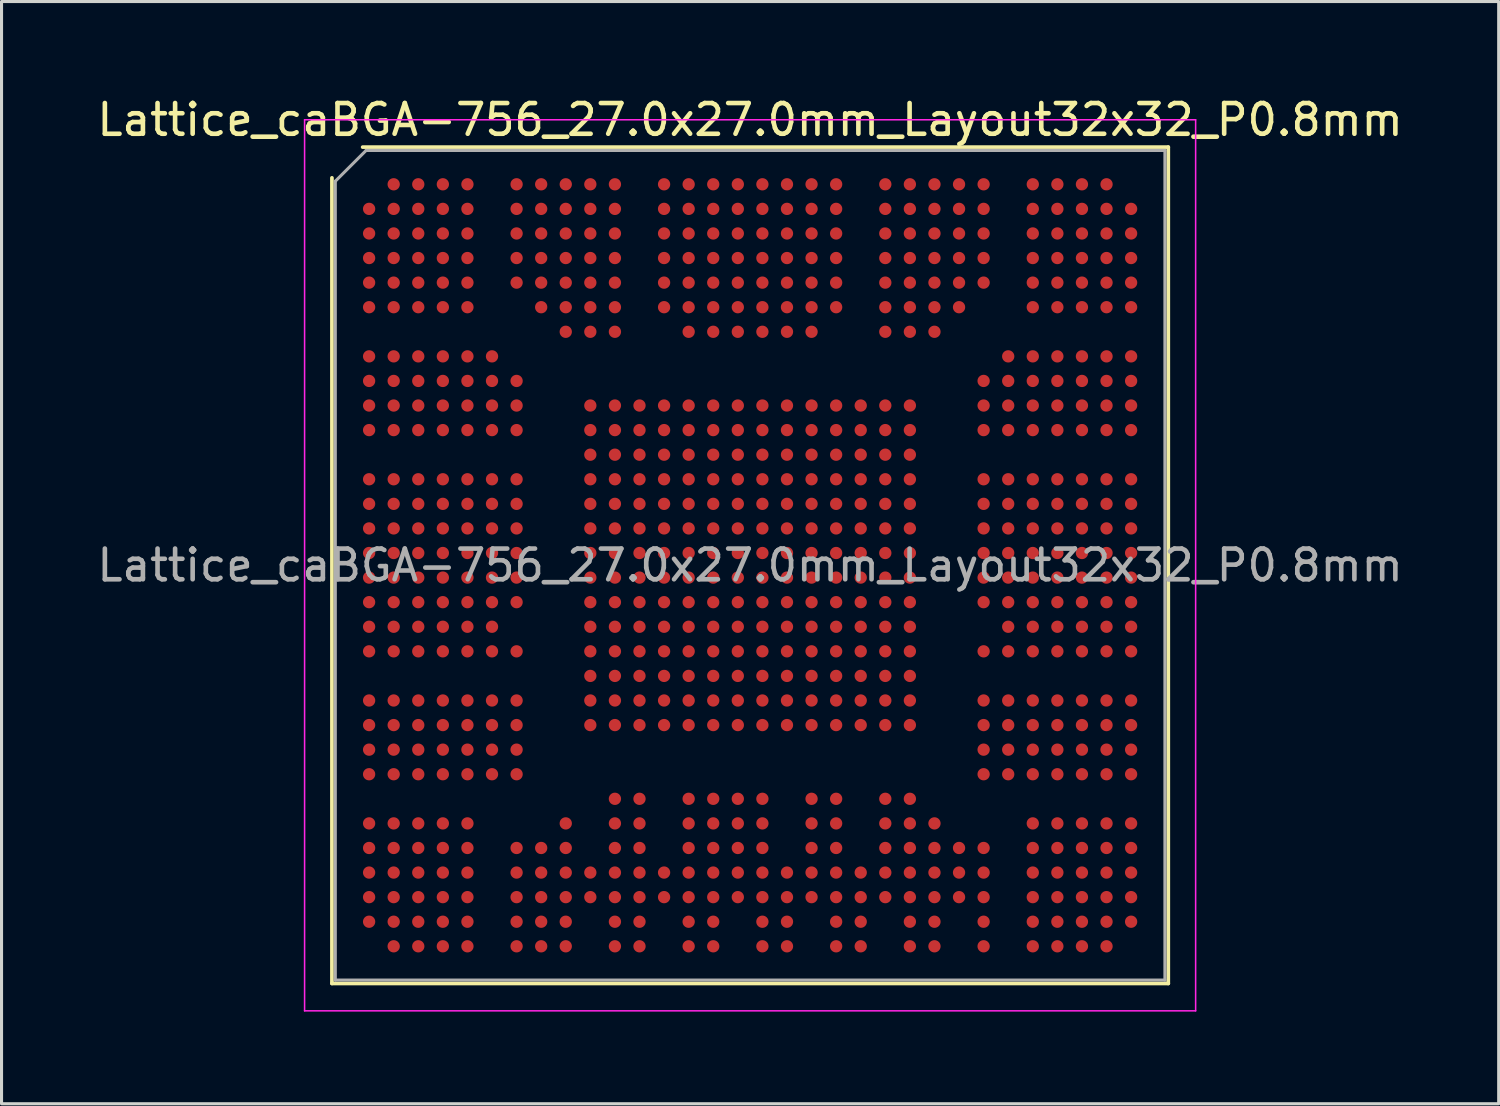
<source format=kicad_pcb>
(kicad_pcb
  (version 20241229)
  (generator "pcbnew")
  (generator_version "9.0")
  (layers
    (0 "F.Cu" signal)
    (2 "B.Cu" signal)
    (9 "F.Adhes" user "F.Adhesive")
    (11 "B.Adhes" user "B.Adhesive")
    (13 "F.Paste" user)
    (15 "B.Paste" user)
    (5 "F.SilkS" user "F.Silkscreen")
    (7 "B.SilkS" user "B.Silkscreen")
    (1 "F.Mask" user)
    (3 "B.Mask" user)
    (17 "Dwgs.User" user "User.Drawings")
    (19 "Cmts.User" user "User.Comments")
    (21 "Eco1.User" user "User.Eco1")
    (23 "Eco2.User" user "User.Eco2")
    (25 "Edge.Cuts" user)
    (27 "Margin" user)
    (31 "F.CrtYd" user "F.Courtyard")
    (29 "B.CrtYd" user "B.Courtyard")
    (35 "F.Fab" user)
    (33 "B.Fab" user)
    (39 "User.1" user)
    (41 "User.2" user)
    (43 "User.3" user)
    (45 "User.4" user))
  (footprint "Lattice_caBGA-756_27.0x27.0mm_Layout32x32_P0.8mm"
    (layer "F.Cu")
    (at 21.363 15.348)
    (property "Reference" "Lattice_caBGA-756_27.0x27.0mm_Layout32x32_P0.8mm" (at 0 -14.5 0) (layer "F.SilkS") (effects (font (size 1 1) (thickness 0.15))))
    (attr smd)
    (fp_line (start -13.61 13.61) (end -13.61 -12.61) (stroke (width 0.12) (type solid)) (layer "F.SilkS"))
    (fp_line (start -12.61 -13.61) (end 13.61 -13.61) (stroke (width 0.12) (type solid)) (layer "F.SilkS"))
    (fp_line (start 13.61 -13.61) (end 13.61 13.61) (stroke (width 0.12) (type solid)) (layer "F.SilkS"))
    (fp_line (start 13.61 13.61) (end -13.61 13.61) (stroke (width 0.12) (type solid)) (layer "F.SilkS"))
    (fp_line (start -14.5 -14.5) (end -14.5 14.5) (stroke (width 0.05) (type solid)) (layer "F.CrtYd"))
    (fp_line (start -14.5 14.5) (end 14.5 14.5) (stroke (width 0.05) (type solid)) (layer "F.CrtYd"))
    (fp_line (start 14.5 -14.5) (end -14.5 -14.5) (stroke (width 0.05) (type solid)) (layer "F.CrtYd"))
    (fp_line (start 14.5 14.5) (end 14.5 -14.5) (stroke (width 0.05) (type solid)) (layer "F.CrtYd"))
    (fp_line (start -13.5 -12.5) (end -12.5 -13.5) (stroke (width 0.1) (type solid)) (layer "F.Fab"))
    (fp_line (start -13.5 13.5) (end -13.5 -12.5) (stroke (width 0.1) (type solid)) (layer "F.Fab"))
    (fp_line (start -12.5 -13.5) (end 13.5 -13.5) (stroke (width 0.1) (type solid)) (layer "F.Fab"))
    (fp_line (start 13.5 -13.5) (end 13.5 13.5) (stroke (width 0.1) (type solid)) (layer "F.Fab"))
    (fp_line (start 13.5 13.5) (end -13.5 13.5) (stroke (width 0.1) (type solid)) (layer "F.Fab"))
    (fp_text user "${REFERENCE}" (at 0 0 0) (layer "F.Fab") (effects (font (size 1 1) (thickness 0.15))))
    (pad "A2" smd circle (at -11.6 -12.4) (size 0.4 0.4) (layers "F.Cu" "F.Mask" "F.Paste"))
    (pad "A3" smd circle (at -10.8 -12.4) (size 0.4 0.4) (layers "F.Cu" "F.Mask" "F.Paste"))
    (pad "A4" smd circle (at -10 -12.4) (size 0.4 0.4) (layers "F.Cu" "F.Mask" "F.Paste"))
    (pad "A5" smd circle (at -9.2 -12.4) (size 0.4 0.4) (layers "F.Cu" "F.Mask" "F.Paste"))
    (pad "A7" smd circle (at -7.6 -12.4) (size 0.4 0.4) (layers "F.Cu" "F.Mask" "F.Paste"))
    (pad "A8" smd circle (at -6.8 -12.4) (size 0.4 0.4) (layers "F.Cu" "F.Mask" "F.Paste"))
    (pad "A9" smd circle (at -6 -12.4) (size 0.4 0.4) (layers "F.Cu" "F.Mask" "F.Paste"))
    (pad "A10" smd circle (at -5.2 -12.4) (size 0.4 0.4) (layers "F.Cu" "F.Mask" "F.Paste"))
    (pad "A11" smd circle (at -4.4 -12.4) (size 0.4 0.4) (layers "F.Cu" "F.Mask" "F.Paste"))
    (pad "A13" smd circle (at -2.8 -12.4) (size 0.4 0.4) (layers "F.Cu" "F.Mask" "F.Paste"))
    (pad "A14" smd circle (at -2 -12.4) (size 0.4 0.4) (layers "F.Cu" "F.Mask" "F.Paste"))
    (pad "A15" smd circle (at -1.2 -12.4) (size 0.4 0.4) (layers "F.Cu" "F.Mask" "F.Paste"))
    (pad "A16" smd circle (at -0.4 -12.4) (size 0.4 0.4) (layers "F.Cu" "F.Mask" "F.Paste"))
    (pad "A17" smd circle (at 0.4 -12.4) (size 0.4 0.4) (layers "F.Cu" "F.Mask" "F.Paste"))
    (pad "A18" smd circle (at 1.2 -12.4) (size 0.4 0.4) (layers "F.Cu" "F.Mask" "F.Paste"))
    (pad "A19" smd circle (at 2 -12.4) (size 0.4 0.4) (layers "F.Cu" "F.Mask" "F.Paste"))
    (pad "A20" smd circle (at 2.8 -12.4) (size 0.4 0.4) (layers "F.Cu" "F.Mask" "F.Paste"))
    (pad "A22" smd circle (at 4.4 -12.4) (size 0.4 0.4) (layers "F.Cu" "F.Mask" "F.Paste"))
    (pad "A23" smd circle (at 5.2 -12.4) (size 0.4 0.4) (layers "F.Cu" "F.Mask" "F.Paste"))
    (pad "A24" smd circle (at 6 -12.4) (size 0.4 0.4) (layers "F.Cu" "F.Mask" "F.Paste"))
    (pad "A25" smd circle (at 6.8 -12.4) (size 0.4 0.4) (layers "F.Cu" "F.Mask" "F.Paste"))
    (pad "A26" smd circle (at 7.6 -12.4) (size 0.4 0.4) (layers "F.Cu" "F.Mask" "F.Paste"))
    (pad "A28" smd circle (at 9.2 -12.4) (size 0.4 0.4) (layers "F.Cu" "F.Mask" "F.Paste"))
    (pad "A29" smd circle (at 10 -12.4) (size 0.4 0.4) (layers "F.Cu" "F.Mask" "F.Paste"))
    (pad "A30" smd circle (at 10.8 -12.4) (size 0.4 0.4) (layers "F.Cu" "F.Mask" "F.Paste"))
    (pad "A31" smd circle (at 11.6 -12.4) (size 0.4 0.4) (layers "F.Cu" "F.Mask" "F.Paste"))
    (pad "AA10" smd circle (at -5.2 3.6) (size 0.4 0.4) (layers "F.Cu" "F.Mask" "F.Paste"))
    (pad "AA11" smd circle (at -4.4 3.6) (size 0.4 0.4) (layers "F.Cu" "F.Mask" "F.Paste"))
    (pad "AA12" smd circle (at -3.6 3.6) (size 0.4 0.4) (layers "F.Cu" "F.Mask" "F.Paste"))
    (pad "AA13" smd circle (at -2.8 3.6) (size 0.4 0.4) (layers "F.Cu" "F.Mask" "F.Paste"))
    (pad "AA14" smd circle (at -2 3.6) (size 0.4 0.4) (layers "F.Cu" "F.Mask" "F.Paste"))
    (pad "AA15" smd circle (at -1.2 3.6) (size 0.4 0.4) (layers "F.Cu" "F.Mask" "F.Paste"))
    (pad "AA16" smd circle (at -0.4 3.6) (size 0.4 0.4) (layers "F.Cu" "F.Mask" "F.Paste"))
    (pad "AA17" smd circle (at 0.4 3.6) (size 0.4 0.4) (layers "F.Cu" "F.Mask" "F.Paste"))
    (pad "AA18" smd circle (at 1.2 3.6) (size 0.4 0.4) (layers "F.Cu" "F.Mask" "F.Paste"))
    (pad "AA19" smd circle (at 2 3.6) (size 0.4 0.4) (layers "F.Cu" "F.Mask" "F.Paste"))
    (pad "AA20" smd circle (at 2.8 3.6) (size 0.4 0.4) (layers "F.Cu" "F.Mask" "F.Paste"))
    (pad "AA21" smd circle (at 3.6 3.6) (size 0.4 0.4) (layers "F.Cu" "F.Mask" "F.Paste"))
    (pad "AA22" smd circle (at 4.4 3.6) (size 0.4 0.4) (layers "F.Cu" "F.Mask" "F.Paste"))
    (pad "AA23" smd circle (at 5.2 3.6) (size 0.4 0.4) (layers "F.Cu" "F.Mask" "F.Paste"))
    (pad "AB1" smd circle (at -12.4 4.4) (size 0.4 0.4) (layers "F.Cu" "F.Mask" "F.Paste"))
    (pad "AB2" smd circle (at -11.6 4.4) (size 0.4 0.4) (layers "F.Cu" "F.Mask" "F.Paste"))
    (pad "AB3" smd circle (at -10.8 4.4) (size 0.4 0.4) (layers "F.Cu" "F.Mask" "F.Paste"))
    (pad "AB4" smd circle (at -10 4.4) (size 0.4 0.4) (layers "F.Cu" "F.Mask" "F.Paste"))
    (pad "AB5" smd circle (at -9.2 4.4) (size 0.4 0.4) (layers "F.Cu" "F.Mask" "F.Paste"))
    (pad "AB6" smd circle (at -8.4 4.4) (size 0.4 0.4) (layers "F.Cu" "F.Mask" "F.Paste"))
    (pad "AB7" smd circle (at -7.6 4.4) (size 0.4 0.4) (layers "F.Cu" "F.Mask" "F.Paste"))
    (pad "AB10" smd circle (at -5.2 4.4) (size 0.4 0.4) (layers "F.Cu" "F.Mask" "F.Paste"))
    (pad "AB11" smd circle (at -4.4 4.4) (size 0.4 0.4) (layers "F.Cu" "F.Mask" "F.Paste"))
    (pad "AB12" smd circle (at -3.6 4.4) (size 0.4 0.4) (layers "F.Cu" "F.Mask" "F.Paste"))
    (pad "AB13" smd circle (at -2.8 4.4) (size 0.4 0.4) (layers "F.Cu" "F.Mask" "F.Paste"))
    (pad "AB14" smd circle (at -2 4.4) (size 0.4 0.4) (layers "F.Cu" "F.Mask" "F.Paste"))
    (pad "AB15" smd circle (at -1.2 4.4) (size 0.4 0.4) (layers "F.Cu" "F.Mask" "F.Paste"))
    (pad "AB16" smd circle (at -0.4 4.4) (size 0.4 0.4) (layers "F.Cu" "F.Mask" "F.Paste"))
    (pad "AB17" smd circle (at 0.4 4.4) (size 0.4 0.4) (layers "F.Cu" "F.Mask" "F.Paste"))
    (pad "AB18" smd circle (at 1.2 4.4) (size 0.4 0.4) (layers "F.Cu" "F.Mask" "F.Paste"))
    (pad "AB19" smd circle (at 2 4.4) (size 0.4 0.4) (layers "F.Cu" "F.Mask" "F.Paste"))
    (pad "AB20" smd circle (at 2.8 4.4) (size 0.4 0.4) (layers "F.Cu" "F.Mask" "F.Paste"))
    (pad "AB21" smd circle (at 3.6 4.4) (size 0.4 0.4) (layers "F.Cu" "F.Mask" "F.Paste"))
    (pad "AB22" smd circle (at 4.4 4.4) (size 0.4 0.4) (layers "F.Cu" "F.Mask" "F.Paste"))
    (pad "AB23" smd circle (at 5.2 4.4) (size 0.4 0.4) (layers "F.Cu" "F.Mask" "F.Paste"))
    (pad "AB26" smd circle (at 7.6 4.4) (size 0.4 0.4) (layers "F.Cu" "F.Mask" "F.Paste"))
    (pad "AB27" smd circle (at 8.4 4.4) (size 0.4 0.4) (layers "F.Cu" "F.Mask" "F.Paste"))
    (pad "AB28" smd circle (at 9.2 4.4) (size 0.4 0.4) (layers "F.Cu" "F.Mask" "F.Paste"))
    (pad "AB29" smd circle (at 10 4.4) (size 0.4 0.4) (layers "F.Cu" "F.Mask" "F.Paste"))
    (pad "AB30" smd circle (at 10.8 4.4) (size 0.4 0.4) (layers "F.Cu" "F.Mask" "F.Paste"))
    (pad "AB31" smd circle (at 11.6 4.4) (size 0.4 0.4) (layers "F.Cu" "F.Mask" "F.Paste"))
    (pad "AB32" smd circle (at 12.4 4.4) (size 0.4 0.4) (layers "F.Cu" "F.Mask" "F.Paste"))
    (pad "AC1" smd circle (at -12.4 5.2) (size 0.4 0.4) (layers "F.Cu" "F.Mask" "F.Paste"))
    (pad "AC2" smd circle (at -11.6 5.2) (size 0.4 0.4) (layers "F.Cu" "F.Mask" "F.Paste"))
    (pad "AC3" smd circle (at -10.8 5.2) (size 0.4 0.4) (layers "F.Cu" "F.Mask" "F.Paste"))
    (pad "AC4" smd circle (at -10 5.2) (size 0.4 0.4) (layers "F.Cu" "F.Mask" "F.Paste"))
    (pad "AC5" smd circle (at -9.2 5.2) (size 0.4 0.4) (layers "F.Cu" "F.Mask" "F.Paste"))
    (pad "AC6" smd circle (at -8.4 5.2) (size 0.4 0.4) (layers "F.Cu" "F.Mask" "F.Paste"))
    (pad "AC7" smd circle (at -7.6 5.2) (size 0.4 0.4) (layers "F.Cu" "F.Mask" "F.Paste"))
    (pad "AC10" smd circle (at -5.2 5.2) (size 0.4 0.4) (layers "F.Cu" "F.Mask" "F.Paste"))
    (pad "AC11" smd circle (at -4.4 5.2) (size 0.4 0.4) (layers "F.Cu" "F.Mask" "F.Paste"))
    (pad "AC12" smd circle (at -3.6 5.2) (size 0.4 0.4) (layers "F.Cu" "F.Mask" "F.Paste"))
    (pad "AC13" smd circle (at -2.8 5.2) (size 0.4 0.4) (layers "F.Cu" "F.Mask" "F.Paste"))
    (pad "AC14" smd circle (at -2 5.2) (size 0.4 0.4) (layers "F.Cu" "F.Mask" "F.Paste"))
    (pad "AC15" smd circle (at -1.2 5.2) (size 0.4 0.4) (layers "F.Cu" "F.Mask" "F.Paste"))
    (pad "AC16" smd circle (at -0.4 5.2) (size 0.4 0.4) (layers "F.Cu" "F.Mask" "F.Paste"))
    (pad "AC17" smd circle (at 0.4 5.2) (size 0.4 0.4) (layers "F.Cu" "F.Mask" "F.Paste"))
    (pad "AC18" smd circle (at 1.2 5.2) (size 0.4 0.4) (layers "F.Cu" "F.Mask" "F.Paste"))
    (pad "AC19" smd circle (at 2 5.2) (size 0.4 0.4) (layers "F.Cu" "F.Mask" "F.Paste"))
    (pad "AC20" smd circle (at 2.8 5.2) (size 0.4 0.4) (layers "F.Cu" "F.Mask" "F.Paste"))
    (pad "AC21" smd circle (at 3.6 5.2) (size 0.4 0.4) (layers "F.Cu" "F.Mask" "F.Paste"))
    (pad "AC22" smd circle (at 4.4 5.2) (size 0.4 0.4) (layers "F.Cu" "F.Mask" "F.Paste"))
    (pad "AC23" smd circle (at 5.2 5.2) (size 0.4 0.4) (layers "F.Cu" "F.Mask" "F.Paste"))
    (pad "AC26" smd circle (at 7.6 5.2) (size 0.4 0.4) (layers "F.Cu" "F.Mask" "F.Paste"))
    (pad "AC27" smd circle (at 8.4 5.2) (size 0.4 0.4) (layers "F.Cu" "F.Mask" "F.Paste"))
    (pad "AC28" smd circle (at 9.2 5.2) (size 0.4 0.4) (layers "F.Cu" "F.Mask" "F.Paste"))
    (pad "AC29" smd circle (at 10 5.2) (size 0.4 0.4) (layers "F.Cu" "F.Mask" "F.Paste"))
    (pad "AC30" smd circle (at 10.8 5.2) (size 0.4 0.4) (layers "F.Cu" "F.Mask" "F.Paste"))
    (pad "AC31" smd circle (at 11.6 5.2) (size 0.4 0.4) (layers "F.Cu" "F.Mask" "F.Paste"))
    (pad "AC32" smd circle (at 12.4 5.2) (size 0.4 0.4) (layers "F.Cu" "F.Mask" "F.Paste"))
    (pad "AD1" smd circle (at -12.4 6) (size 0.4 0.4) (layers "F.Cu" "F.Mask" "F.Paste"))
    (pad "AD2" smd circle (at -11.6 6) (size 0.4 0.4) (layers "F.Cu" "F.Mask" "F.Paste"))
    (pad "AD3" smd circle (at -10.8 6) (size 0.4 0.4) (layers "F.Cu" "F.Mask" "F.Paste"))
    (pad "AD4" smd circle (at -10 6) (size 0.4 0.4) (layers "F.Cu" "F.Mask" "F.Paste"))
    (pad "AD5" smd circle (at -9.2 6) (size 0.4 0.4) (layers "F.Cu" "F.Mask" "F.Paste"))
    (pad "AD6" smd circle (at -8.4 6) (size 0.4 0.4) (layers "F.Cu" "F.Mask" "F.Paste"))
    (pad "AD7" smd circle (at -7.6 6) (size 0.4 0.4) (layers "F.Cu" "F.Mask" "F.Paste"))
    (pad "AD26" smd circle (at 7.6 6) (size 0.4 0.4) (layers "F.Cu" "F.Mask" "F.Paste"))
    (pad "AD27" smd circle (at 8.4 6) (size 0.4 0.4) (layers "F.Cu" "F.Mask" "F.Paste"))
    (pad "AD28" smd circle (at 9.2 6) (size 0.4 0.4) (layers "F.Cu" "F.Mask" "F.Paste"))
    (pad "AD29" smd circle (at 10 6) (size 0.4 0.4) (layers "F.Cu" "F.Mask" "F.Paste"))
    (pad "AD30" smd circle (at 10.8 6) (size 0.4 0.4) (layers "F.Cu" "F.Mask" "F.Paste"))
    (pad "AD31" smd circle (at 11.6 6) (size 0.4 0.4) (layers "F.Cu" "F.Mask" "F.Paste"))
    (pad "AD32" smd circle (at 12.4 6) (size 0.4 0.4) (layers "F.Cu" "F.Mask" "F.Paste"))
    (pad "AE1" smd circle (at -12.4 6.8) (size 0.4 0.4) (layers "F.Cu" "F.Mask" "F.Paste"))
    (pad "AE2" smd circle (at -11.6 6.8) (size 0.4 0.4) (layers "F.Cu" "F.Mask" "F.Paste"))
    (pad "AE3" smd circle (at -10.8 6.8) (size 0.4 0.4) (layers "F.Cu" "F.Mask" "F.Paste"))
    (pad "AE4" smd circle (at -10 6.8) (size 0.4 0.4) (layers "F.Cu" "F.Mask" "F.Paste"))
    (pad "AE5" smd circle (at -9.2 6.8) (size 0.4 0.4) (layers "F.Cu" "F.Mask" "F.Paste"))
    (pad "AE6" smd circle (at -8.4 6.8) (size 0.4 0.4) (layers "F.Cu" "F.Mask" "F.Paste"))
    (pad "AE7" smd circle (at -7.6 6.8) (size 0.4 0.4) (layers "F.Cu" "F.Mask" "F.Paste"))
    (pad "AE26" smd circle (at 7.6 6.8) (size 0.4 0.4) (layers "F.Cu" "F.Mask" "F.Paste"))
    (pad "AE27" smd circle (at 8.4 6.8) (size 0.4 0.4) (layers "F.Cu" "F.Mask" "F.Paste"))
    (pad "AE28" smd circle (at 9.2 6.8) (size 0.4 0.4) (layers "F.Cu" "F.Mask" "F.Paste"))
    (pad "AE29" smd circle (at 10 6.8) (size 0.4 0.4) (layers "F.Cu" "F.Mask" "F.Paste"))
    (pad "AE30" smd circle (at 10.8 6.8) (size 0.4 0.4) (layers "F.Cu" "F.Mask" "F.Paste"))
    (pad "AE31" smd circle (at 11.6 6.8) (size 0.4 0.4) (layers "F.Cu" "F.Mask" "F.Paste"))
    (pad "AE32" smd circle (at 12.4 6.8) (size 0.4 0.4) (layers "F.Cu" "F.Mask" "F.Paste"))
    (pad "AF11" smd circle (at -4.4 7.6) (size 0.4 0.4) (layers "F.Cu" "F.Mask" "F.Paste"))
    (pad "AF12" smd circle (at -3.6 7.6) (size 0.4 0.4) (layers "F.Cu" "F.Mask" "F.Paste"))
    (pad "AF14" smd circle (at -2 7.6) (size 0.4 0.4) (layers "F.Cu" "F.Mask" "F.Paste"))
    (pad "AF15" smd circle (at -1.2 7.6) (size 0.4 0.4) (layers "F.Cu" "F.Mask" "F.Paste"))
    (pad "AF16" smd circle (at -0.4 7.6) (size 0.4 0.4) (layers "F.Cu" "F.Mask" "F.Paste"))
    (pad "AF17" smd circle (at 0.4 7.6) (size 0.4 0.4) (layers "F.Cu" "F.Mask" "F.Paste"))
    (pad "AF19" smd circle (at 2 7.6) (size 0.4 0.4) (layers "F.Cu" "F.Mask" "F.Paste"))
    (pad "AF20" smd circle (at 2.8 7.6) (size 0.4 0.4) (layers "F.Cu" "F.Mask" "F.Paste"))
    (pad "AF22" smd circle (at 4.4 7.6) (size 0.4 0.4) (layers "F.Cu" "F.Mask" "F.Paste"))
    (pad "AF23" smd circle (at 5.2 7.6) (size 0.4 0.4) (layers "F.Cu" "F.Mask" "F.Paste"))
    (pad "AG1" smd circle (at -12.4 8.4) (size 0.4 0.4) (layers "F.Cu" "F.Mask" "F.Paste"))
    (pad "AG2" smd circle (at -11.6 8.4) (size 0.4 0.4) (layers "F.Cu" "F.Mask" "F.Paste"))
    (pad "AG3" smd circle (at -10.8 8.4) (size 0.4 0.4) (layers "F.Cu" "F.Mask" "F.Paste"))
    (pad "AG4" smd circle (at -10 8.4) (size 0.4 0.4) (layers "F.Cu" "F.Mask" "F.Paste"))
    (pad "AG5" smd circle (at -9.2 8.4) (size 0.4 0.4) (layers "F.Cu" "F.Mask" "F.Paste"))
    (pad "AG9" smd circle (at -6 8.4) (size 0.4 0.4) (layers "F.Cu" "F.Mask" "F.Paste"))
    (pad "AG11" smd circle (at -4.4 8.4) (size 0.4 0.4) (layers "F.Cu" "F.Mask" "F.Paste"))
    (pad "AG12" smd circle (at -3.6 8.4) (size 0.4 0.4) (layers "F.Cu" "F.Mask" "F.Paste"))
    (pad "AG14" smd circle (at -2 8.4) (size 0.4 0.4) (layers "F.Cu" "F.Mask" "F.Paste"))
    (pad "AG15" smd circle (at -1.2 8.4) (size 0.4 0.4) (layers "F.Cu" "F.Mask" "F.Paste"))
    (pad "AG16" smd circle (at -0.4 8.4) (size 0.4 0.4) (layers "F.Cu" "F.Mask" "F.Paste"))
    (pad "AG17" smd circle (at 0.4 8.4) (size 0.4 0.4) (layers "F.Cu" "F.Mask" "F.Paste"))
    (pad "AG19" smd circle (at 2 8.4) (size 0.4 0.4) (layers "F.Cu" "F.Mask" "F.Paste"))
    (pad "AG20" smd circle (at 2.8 8.4) (size 0.4 0.4) (layers "F.Cu" "F.Mask" "F.Paste"))
    (pad "AG22" smd circle (at 4.4 8.4) (size 0.4 0.4) (layers "F.Cu" "F.Mask" "F.Paste"))
    (pad "AG23" smd circle (at 5.2 8.4) (size 0.4 0.4) (layers "F.Cu" "F.Mask" "F.Paste"))
    (pad "AG24" smd circle (at 6 8.4) (size 0.4 0.4) (layers "F.Cu" "F.Mask" "F.Paste"))
    (pad "AG28" smd circle (at 9.2 8.4) (size 0.4 0.4) (layers "F.Cu" "F.Mask" "F.Paste"))
    (pad "AG29" smd circle (at 10 8.4) (size 0.4 0.4) (layers "F.Cu" "F.Mask" "F.Paste"))
    (pad "AG30" smd circle (at 10.8 8.4) (size 0.4 0.4) (layers "F.Cu" "F.Mask" "F.Paste"))
    (pad "AG31" smd circle (at 11.6 8.4) (size 0.4 0.4) (layers "F.Cu" "F.Mask" "F.Paste"))
    (pad "AG32" smd circle (at 12.4 8.4) (size 0.4 0.4) (layers "F.Cu" "F.Mask" "F.Paste"))
    (pad "AH1" smd circle (at -12.4 9.2) (size 0.4 0.4) (layers "F.Cu" "F.Mask" "F.Paste"))
    (pad "AH2" smd circle (at -11.6 9.2) (size 0.4 0.4) (layers "F.Cu" "F.Mask" "F.Paste"))
    (pad "AH3" smd circle (at -10.8 9.2) (size 0.4 0.4) (layers "F.Cu" "F.Mask" "F.Paste"))
    (pad "AH4" smd circle (at -10 9.2) (size 0.4 0.4) (layers "F.Cu" "F.Mask" "F.Paste"))
    (pad "AH5" smd circle (at -9.2 9.2) (size 0.4 0.4) (layers "F.Cu" "F.Mask" "F.Paste"))
    (pad "AH7" smd circle (at -7.6 9.2) (size 0.4 0.4) (layers "F.Cu" "F.Mask" "F.Paste"))
    (pad "AH8" smd circle (at -6.8 9.2) (size 0.4 0.4) (layers "F.Cu" "F.Mask" "F.Paste"))
    (pad "AH9" smd circle (at -6 9.2) (size 0.4 0.4) (layers "F.Cu" "F.Mask" "F.Paste"))
    (pad "AH11" smd circle (at -4.4 9.2) (size 0.4 0.4) (layers "F.Cu" "F.Mask" "F.Paste"))
    (pad "AH12" smd circle (at -3.6 9.2) (size 0.4 0.4) (layers "F.Cu" "F.Mask" "F.Paste"))
    (pad "AH14" smd circle (at -2 9.2) (size 0.4 0.4) (layers "F.Cu" "F.Mask" "F.Paste"))
    (pad "AH15" smd circle (at -1.2 9.2) (size 0.4 0.4) (layers "F.Cu" "F.Mask" "F.Paste"))
    (pad "AH16" smd circle (at -0.4 9.2) (size 0.4 0.4) (layers "F.Cu" "F.Mask" "F.Paste"))
    (pad "AH17" smd circle (at 0.4 9.2) (size 0.4 0.4) (layers "F.Cu" "F.Mask" "F.Paste"))
    (pad "AH19" smd circle (at 2 9.2) (size 0.4 0.4) (layers "F.Cu" "F.Mask" "F.Paste"))
    (pad "AH20" smd circle (at 2.8 9.2) (size 0.4 0.4) (layers "F.Cu" "F.Mask" "F.Paste"))
    (pad "AH22" smd circle (at 4.4 9.2) (size 0.4 0.4) (layers "F.Cu" "F.Mask" "F.Paste"))
    (pad "AH23" smd circle (at 5.2 9.2) (size 0.4 0.4) (layers "F.Cu" "F.Mask" "F.Paste"))
    (pad "AH24" smd circle (at 6 9.2) (size 0.4 0.4) (layers "F.Cu" "F.Mask" "F.Paste"))
    (pad "AH25" smd circle (at 6.8 9.2) (size 0.4 0.4) (layers "F.Cu" "F.Mask" "F.Paste"))
    (pad "AH26" smd circle (at 7.6 9.2) (size 0.4 0.4) (layers "F.Cu" "F.Mask" "F.Paste"))
    (pad "AH28" smd circle (at 9.2 9.2) (size 0.4 0.4) (layers "F.Cu" "F.Mask" "F.Paste"))
    (pad "AH29" smd circle (at 10 9.2) (size 0.4 0.4) (layers "F.Cu" "F.Mask" "F.Paste"))
    (pad "AH30" smd circle (at 10.8 9.2) (size 0.4 0.4) (layers "F.Cu" "F.Mask" "F.Paste"))
    (pad "AH31" smd circle (at 11.6 9.2) (size 0.4 0.4) (layers "F.Cu" "F.Mask" "F.Paste"))
    (pad "AH32" smd circle (at 12.4 9.2) (size 0.4 0.4) (layers "F.Cu" "F.Mask" "F.Paste"))
    (pad "AJ1" smd circle (at -12.4 10) (size 0.4 0.4) (layers "F.Cu" "F.Mask" "F.Paste"))
    (pad "AJ2" smd circle (at -11.6 10) (size 0.4 0.4) (layers "F.Cu" "F.Mask" "F.Paste"))
    (pad "AJ3" smd circle (at -10.8 10) (size 0.4 0.4) (layers "F.Cu" "F.Mask" "F.Paste"))
    (pad "AJ4" smd circle (at -10 10) (size 0.4 0.4) (layers "F.Cu" "F.Mask" "F.Paste"))
    (pad "AJ5" smd circle (at -9.2 10) (size 0.4 0.4) (layers "F.Cu" "F.Mask" "F.Paste"))
    (pad "AJ7" smd circle (at -7.6 10) (size 0.4 0.4) (layers "F.Cu" "F.Mask" "F.Paste"))
    (pad "AJ8" smd circle (at -6.8 10) (size 0.4 0.4) (layers "F.Cu" "F.Mask" "F.Paste"))
    (pad "AJ9" smd circle (at -6 10) (size 0.4 0.4) (layers "F.Cu" "F.Mask" "F.Paste"))
    (pad "AJ10" smd circle (at -5.2 10) (size 0.4 0.4) (layers "F.Cu" "F.Mask" "F.Paste"))
    (pad "AJ11" smd circle (at -4.4 10) (size 0.4 0.4) (layers "F.Cu" "F.Mask" "F.Paste"))
    (pad "AJ12" smd circle (at -3.6 10) (size 0.4 0.4) (layers "F.Cu" "F.Mask" "F.Paste"))
    (pad "AJ13" smd circle (at -2.8 10) (size 0.4 0.4) (layers "F.Cu" "F.Mask" "F.Paste"))
    (pad "AJ14" smd circle (at -2 10) (size 0.4 0.4) (layers "F.Cu" "F.Mask" "F.Paste"))
    (pad "AJ15" smd circle (at -1.2 10) (size 0.4 0.4) (layers "F.Cu" "F.Mask" "F.Paste"))
    (pad "AJ16" smd circle (at -0.4 10) (size 0.4 0.4) (layers "F.Cu" "F.Mask" "F.Paste"))
    (pad "AJ17" smd circle (at 0.4 10) (size 0.4 0.4) (layers "F.Cu" "F.Mask" "F.Paste"))
    (pad "AJ18" smd circle (at 1.2 10) (size 0.4 0.4) (layers "F.Cu" "F.Mask" "F.Paste"))
    (pad "AJ19" smd circle (at 2 10) (size 0.4 0.4) (layers "F.Cu" "F.Mask" "F.Paste"))
    (pad "AJ20" smd circle (at 2.8 10) (size 0.4 0.4) (layers "F.Cu" "F.Mask" "F.Paste"))
    (pad "AJ21" smd circle (at 3.6 10) (size 0.4 0.4) (layers "F.Cu" "F.Mask" "F.Paste"))
    (pad "AJ22" smd circle (at 4.4 10) (size 0.4 0.4) (layers "F.Cu" "F.Mask" "F.Paste"))
    (pad "AJ23" smd circle (at 5.2 10) (size 0.4 0.4) (layers "F.Cu" "F.Mask" "F.Paste"))
    (pad "AJ24" smd circle (at 6 10) (size 0.4 0.4) (layers "F.Cu" "F.Mask" "F.Paste"))
    (pad "AJ25" smd circle (at 6.8 10) (size 0.4 0.4) (layers "F.Cu" "F.Mask" "F.Paste"))
    (pad "AJ26" smd circle (at 7.6 10) (size 0.4 0.4) (layers "F.Cu" "F.Mask" "F.Paste"))
    (pad "AJ28" smd circle (at 9.2 10) (size 0.4 0.4) (layers "F.Cu" "F.Mask" "F.Paste"))
    (pad "AJ29" smd circle (at 10 10) (size 0.4 0.4) (layers "F.Cu" "F.Mask" "F.Paste"))
    (pad "AJ30" smd circle (at 10.8 10) (size 0.4 0.4) (layers "F.Cu" "F.Mask" "F.Paste"))
    (pad "AJ31" smd circle (at 11.6 10) (size 0.4 0.4) (layers "F.Cu" "F.Mask" "F.Paste"))
    (pad "AJ32" smd circle (at 12.4 10) (size 0.4 0.4) (layers "F.Cu" "F.Mask" "F.Paste"))
    (pad "AK1" smd circle (at -12.4 10.8) (size 0.4 0.4) (layers "F.Cu" "F.Mask" "F.Paste"))
    (pad "AK2" smd circle (at -11.6 10.8) (size 0.4 0.4) (layers "F.Cu" "F.Mask" "F.Paste"))
    (pad "AK3" smd circle (at -10.8 10.8) (size 0.4 0.4) (layers "F.Cu" "F.Mask" "F.Paste"))
    (pad "AK4" smd circle (at -10 10.8) (size 0.4 0.4) (layers "F.Cu" "F.Mask" "F.Paste"))
    (pad "AK5" smd circle (at -9.2 10.8) (size 0.4 0.4) (layers "F.Cu" "F.Mask" "F.Paste"))
    (pad "AK7" smd circle (at -7.6 10.8) (size 0.4 0.4) (layers "F.Cu" "F.Mask" "F.Paste"))
    (pad "AK8" smd circle (at -6.8 10.8) (size 0.4 0.4) (layers "F.Cu" "F.Mask" "F.Paste"))
    (pad "AK9" smd circle (at -6 10.8) (size 0.4 0.4) (layers "F.Cu" "F.Mask" "F.Paste"))
    (pad "AK10" smd circle (at -5.2 10.8) (size 0.4 0.4) (layers "F.Cu" "F.Mask" "F.Paste"))
    (pad "AK11" smd circle (at -4.4 10.8) (size 0.4 0.4) (layers "F.Cu" "F.Mask" "F.Paste"))
    (pad "AK12" smd circle (at -3.6 10.8) (size 0.4 0.4) (layers "F.Cu" "F.Mask" "F.Paste"))
    (pad "AK13" smd circle (at -2.8 10.8) (size 0.4 0.4) (layers "F.Cu" "F.Mask" "F.Paste"))
    (pad "AK14" smd circle (at -2 10.8) (size 0.4 0.4) (layers "F.Cu" "F.Mask" "F.Paste"))
    (pad "AK15" smd circle (at -1.2 10.8) (size 0.4 0.4) (layers "F.Cu" "F.Mask" "F.Paste"))
    (pad "AK16" smd circle (at -0.4 10.8) (size 0.4 0.4) (layers "F.Cu" "F.Mask" "F.Paste"))
    (pad "AK17" smd circle (at 0.4 10.8) (size 0.4 0.4) (layers "F.Cu" "F.Mask" "F.Paste"))
    (pad "AK18" smd circle (at 1.2 10.8) (size 0.4 0.4) (layers "F.Cu" "F.Mask" "F.Paste"))
    (pad "AK19" smd circle (at 2 10.8) (size 0.4 0.4) (layers "F.Cu" "F.Mask" "F.Paste"))
    (pad "AK20" smd circle (at 2.8 10.8) (size 0.4 0.4) (layers "F.Cu" "F.Mask" "F.Paste"))
    (pad "AK21" smd circle (at 3.6 10.8) (size 0.4 0.4) (layers "F.Cu" "F.Mask" "F.Paste"))
    (pad "AK22" smd circle (at 4.4 10.8) (size 0.4 0.4) (layers "F.Cu" "F.Mask" "F.Paste"))
    (pad "AK23" smd circle (at 5.2 10.8) (size 0.4 0.4) (layers "F.Cu" "F.Mask" "F.Paste"))
    (pad "AK24" smd circle (at 6 10.8) (size 0.4 0.4) (layers "F.Cu" "F.Mask" "F.Paste"))
    (pad "AK25" smd circle (at 6.8 10.8) (size 0.4 0.4) (layers "F.Cu" "F.Mask" "F.Paste"))
    (pad "AK26" smd circle (at 7.6 10.8) (size 0.4 0.4) (layers "F.Cu" "F.Mask" "F.Paste"))
    (pad "AK28" smd circle (at 9.2 10.8) (size 0.4 0.4) (layers "F.Cu" "F.Mask" "F.Paste"))
    (pad "AK29" smd circle (at 10 10.8) (size 0.4 0.4) (layers "F.Cu" "F.Mask" "F.Paste"))
    (pad "AK30" smd circle (at 10.8 10.8) (size 0.4 0.4) (layers "F.Cu" "F.Mask" "F.Paste"))
    (pad "AK31" smd circle (at 11.6 10.8) (size 0.4 0.4) (layers "F.Cu" "F.Mask" "F.Paste"))
    (pad "AK32" smd circle (at 12.4 10.8) (size 0.4 0.4) (layers "F.Cu" "F.Mask" "F.Paste"))
    (pad "AL1" smd circle (at -12.4 11.6) (size 0.4 0.4) (layers "F.Cu" "F.Mask" "F.Paste"))
    (pad "AL2" smd circle (at -11.6 11.6) (size 0.4 0.4) (layers "F.Cu" "F.Mask" "F.Paste"))
    (pad "AL3" smd circle (at -10.8 11.6) (size 0.4 0.4) (layers "F.Cu" "F.Mask" "F.Paste"))
    (pad "AL4" smd circle (at -10 11.6) (size 0.4 0.4) (layers "F.Cu" "F.Mask" "F.Paste"))
    (pad "AL5" smd circle (at -9.2 11.6) (size 0.4 0.4) (layers "F.Cu" "F.Mask" "F.Paste"))
    (pad "AL7" smd circle (at -7.6 11.6) (size 0.4 0.4) (layers "F.Cu" "F.Mask" "F.Paste"))
    (pad "AL8" smd circle (at -6.8 11.6) (size 0.4 0.4) (layers "F.Cu" "F.Mask" "F.Paste"))
    (pad "AL9" smd circle (at -6 11.6) (size 0.4 0.4) (layers "F.Cu" "F.Mask" "F.Paste"))
    (pad "AL11" smd circle (at -4.4 11.6) (size 0.4 0.4) (layers "F.Cu" "F.Mask" "F.Paste"))
    (pad "AL12" smd circle (at -3.6 11.6) (size 0.4 0.4) (layers "F.Cu" "F.Mask" "F.Paste"))
    (pad "AL14" smd circle (at -2 11.6) (size 0.4 0.4) (layers "F.Cu" "F.Mask" "F.Paste"))
    (pad "AL15" smd circle (at -1.2 11.6) (size 0.4 0.4) (layers "F.Cu" "F.Mask" "F.Paste"))
    (pad "AL17" smd circle (at 0.4 11.6) (size 0.4 0.4) (layers "F.Cu" "F.Mask" "F.Paste"))
    (pad "AL18" smd circle (at 1.2 11.6) (size 0.4 0.4) (layers "F.Cu" "F.Mask" "F.Paste"))
    (pad "AL20" smd circle (at 2.8 11.6) (size 0.4 0.4) (layers "F.Cu" "F.Mask" "F.Paste"))
    (pad "AL21" smd circle (at 3.6 11.6) (size 0.4 0.4) (layers "F.Cu" "F.Mask" "F.Paste"))
    (pad "AL23" smd circle (at 5.2 11.6) (size 0.4 0.4) (layers "F.Cu" "F.Mask" "F.Paste"))
    (pad "AL24" smd circle (at 6 11.6) (size 0.4 0.4) (layers "F.Cu" "F.Mask" "F.Paste"))
    (pad "AL26" smd circle (at 7.6 11.6) (size 0.4 0.4) (layers "F.Cu" "F.Mask" "F.Paste"))
    (pad "AL28" smd circle (at 9.2 11.6) (size 0.4 0.4) (layers "F.Cu" "F.Mask" "F.Paste"))
    (pad "AL29" smd circle (at 10 11.6) (size 0.4 0.4) (layers "F.Cu" "F.Mask" "F.Paste"))
    (pad "AL30" smd circle (at 10.8 11.6) (size 0.4 0.4) (layers "F.Cu" "F.Mask" "F.Paste"))
    (pad "AL31" smd circle (at 11.6 11.6) (size 0.4 0.4) (layers "F.Cu" "F.Mask" "F.Paste"))
    (pad "AL32" smd circle (at 12.4 11.6) (size 0.4 0.4) (layers "F.Cu" "F.Mask" "F.Paste"))
    (pad "AM2" smd circle (at -11.6 12.4) (size 0.4 0.4) (layers "F.Cu" "F.Mask" "F.Paste"))
    (pad "AM3" smd circle (at -10.8 12.4) (size 0.4 0.4) (layers "F.Cu" "F.Mask" "F.Paste"))
    (pad "AM4" smd circle (at -10 12.4) (size 0.4 0.4) (layers "F.Cu" "F.Mask" "F.Paste"))
    (pad "AM5" smd circle (at -9.2 12.4) (size 0.4 0.4) (layers "F.Cu" "F.Mask" "F.Paste"))
    (pad "AM7" smd circle (at -7.6 12.4) (size 0.4 0.4) (layers "F.Cu" "F.Mask" "F.Paste"))
    (pad "AM8" smd circle (at -6.8 12.4) (size 0.4 0.4) (layers "F.Cu" "F.Mask" "F.Paste"))
    (pad "AM9" smd circle (at -6 12.4) (size 0.4 0.4) (layers "F.Cu" "F.Mask" "F.Paste"))
    (pad "AM11" smd circle (at -4.4 12.4) (size 0.4 0.4) (layers "F.Cu" "F.Mask" "F.Paste"))
    (pad "AM12" smd circle (at -3.6 12.4) (size 0.4 0.4) (layers "F.Cu" "F.Mask" "F.Paste"))
    (pad "AM14" smd circle (at -2 12.4) (size 0.4 0.4) (layers "F.Cu" "F.Mask" "F.Paste"))
    (pad "AM15" smd circle (at -1.2 12.4) (size 0.4 0.4) (layers "F.Cu" "F.Mask" "F.Paste"))
    (pad "AM17" smd circle (at 0.4 12.4) (size 0.4 0.4) (layers "F.Cu" "F.Mask" "F.Paste"))
    (pad "AM18" smd circle (at 1.2 12.4) (size 0.4 0.4) (layers "F.Cu" "F.Mask" "F.Paste"))
    (pad "AM20" smd circle (at 2.8 12.4) (size 0.4 0.4) (layers "F.Cu" "F.Mask" "F.Paste"))
    (pad "AM21" smd circle (at 3.6 12.4) (size 0.4 0.4) (layers "F.Cu" "F.Mask" "F.Paste"))
    (pad "AM23" smd circle (at 5.2 12.4) (size 0.4 0.4) (layers "F.Cu" "F.Mask" "F.Paste"))
    (pad "AM24" smd circle (at 6 12.4) (size 0.4 0.4) (layers "F.Cu" "F.Mask" "F.Paste"))
    (pad "AM26" smd circle (at 7.6 12.4) (size 0.4 0.4) (layers "F.Cu" "F.Mask" "F.Paste"))
    (pad "AM28" smd circle (at 9.2 12.4) (size 0.4 0.4) (layers "F.Cu" "F.Mask" "F.Paste"))
    (pad "AM29" smd circle (at 10 12.4) (size 0.4 0.4) (layers "F.Cu" "F.Mask" "F.Paste"))
    (pad "AM30" smd circle (at 10.8 12.4) (size 0.4 0.4) (layers "F.Cu" "F.Mask" "F.Paste"))
    (pad "AM31" smd circle (at 11.6 12.4) (size 0.4 0.4) (layers "F.Cu" "F.Mask" "F.Paste"))
    (pad "B1" smd circle (at -12.4 -11.6) (size 0.4 0.4) (layers "F.Cu" "F.Mask" "F.Paste"))
    (pad "B2" smd circle (at -11.6 -11.6) (size 0.4 0.4) (layers "F.Cu" "F.Mask" "F.Paste"))
    (pad "B3" smd circle (at -10.8 -11.6) (size 0.4 0.4) (layers "F.Cu" "F.Mask" "F.Paste"))
    (pad "B4" smd circle (at -10 -11.6) (size 0.4 0.4) (layers "F.Cu" "F.Mask" "F.Paste"))
    (pad "B5" smd circle (at -9.2 -11.6) (size 0.4 0.4) (layers "F.Cu" "F.Mask" "F.Paste"))
    (pad "B7" smd circle (at -7.6 -11.6) (size 0.4 0.4) (layers "F.Cu" "F.Mask" "F.Paste"))
    (pad "B8" smd circle (at -6.8 -11.6) (size 0.4 0.4) (layers "F.Cu" "F.Mask" "F.Paste"))
    (pad "B9" smd circle (at -6 -11.6) (size 0.4 0.4) (layers "F.Cu" "F.Mask" "F.Paste"))
    (pad "B10" smd circle (at -5.2 -11.6) (size 0.4 0.4) (layers "F.Cu" "F.Mask" "F.Paste"))
    (pad "B11" smd circle (at -4.4 -11.6) (size 0.4 0.4) (layers "F.Cu" "F.Mask" "F.Paste"))
    (pad "B13" smd circle (at -2.8 -11.6) (size 0.4 0.4) (layers "F.Cu" "F.Mask" "F.Paste"))
    (pad "B14" smd circle (at -2 -11.6) (size 0.4 0.4) (layers "F.Cu" "F.Mask" "F.Paste"))
    (pad "B15" smd circle (at -1.2 -11.6) (size 0.4 0.4) (layers "F.Cu" "F.Mask" "F.Paste"))
    (pad "B16" smd circle (at -0.4 -11.6) (size 0.4 0.4) (layers "F.Cu" "F.Mask" "F.Paste"))
    (pad "B17" smd circle (at 0.4 -11.6) (size 0.4 0.4) (layers "F.Cu" "F.Mask" "F.Paste"))
    (pad "B18" smd circle (at 1.2 -11.6) (size 0.4 0.4) (layers "F.Cu" "F.Mask" "F.Paste"))
    (pad "B19" smd circle (at 2 -11.6) (size 0.4 0.4) (layers "F.Cu" "F.Mask" "F.Paste"))
    (pad "B20" smd circle (at 2.8 -11.6) (size 0.4 0.4) (layers "F.Cu" "F.Mask" "F.Paste"))
    (pad "B22" smd circle (at 4.4 -11.6) (size 0.4 0.4) (layers "F.Cu" "F.Mask" "F.Paste"))
    (pad "B23" smd circle (at 5.2 -11.6) (size 0.4 0.4) (layers "F.Cu" "F.Mask" "F.Paste"))
    (pad "B24" smd circle (at 6 -11.6) (size 0.4 0.4) (layers "F.Cu" "F.Mask" "F.Paste"))
    (pad "B25" smd circle (at 6.8 -11.6) (size 0.4 0.4) (layers "F.Cu" "F.Mask" "F.Paste"))
    (pad "B26" smd circle (at 7.6 -11.6) (size 0.4 0.4) (layers "F.Cu" "F.Mask" "F.Paste"))
    (pad "B28" smd circle (at 9.2 -11.6) (size 0.4 0.4) (layers "F.Cu" "F.Mask" "F.Paste"))
    (pad "B29" smd circle (at 10 -11.6) (size 0.4 0.4) (layers "F.Cu" "F.Mask" "F.Paste"))
    (pad "B30" smd circle (at 10.8 -11.6) (size 0.4 0.4) (layers "F.Cu" "F.Mask" "F.Paste"))
    (pad "B31" smd circle (at 11.6 -11.6) (size 0.4 0.4) (layers "F.Cu" "F.Mask" "F.Paste"))
    (pad "B32" smd circle (at 12.4 -11.6) (size 0.4 0.4) (layers "F.Cu" "F.Mask" "F.Paste"))
    (pad "C1" smd circle (at -12.4 -10.8) (size 0.4 0.4) (layers "F.Cu" "F.Mask" "F.Paste"))
    (pad "C2" smd circle (at -11.6 -10.8) (size 0.4 0.4) (layers "F.Cu" "F.Mask" "F.Paste"))
    (pad "C3" smd circle (at -10.8 -10.8) (size 0.4 0.4) (layers "F.Cu" "F.Mask" "F.Paste"))
    (pad "C4" smd circle (at -10 -10.8) (size 0.4 0.4) (layers "F.Cu" "F.Mask" "F.Paste"))
    (pad "C5" smd circle (at -9.2 -10.8) (size 0.4 0.4) (layers "F.Cu" "F.Mask" "F.Paste"))
    (pad "C7" smd circle (at -7.6 -10.8) (size 0.4 0.4) (layers "F.Cu" "F.Mask" "F.Paste"))
    (pad "C8" smd circle (at -6.8 -10.8) (size 0.4 0.4) (layers "F.Cu" "F.Mask" "F.Paste"))
    (pad "C9" smd circle (at -6 -10.8) (size 0.4 0.4) (layers "F.Cu" "F.Mask" "F.Paste"))
    (pad "C10" smd circle (at -5.2 -10.8) (size 0.4 0.4) (layers "F.Cu" "F.Mask" "F.Paste"))
    (pad "C11" smd circle (at -4.4 -10.8) (size 0.4 0.4) (layers "F.Cu" "F.Mask" "F.Paste"))
    (pad "C13" smd circle (at -2.8 -10.8) (size 0.4 0.4) (layers "F.Cu" "F.Mask" "F.Paste"))
    (pad "C14" smd circle (at -2 -10.8) (size 0.4 0.4) (layers "F.Cu" "F.Mask" "F.Paste"))
    (pad "C15" smd circle (at -1.2 -10.8) (size 0.4 0.4) (layers "F.Cu" "F.Mask" "F.Paste"))
    (pad "C16" smd circle (at -0.4 -10.8) (size 0.4 0.4) (layers "F.Cu" "F.Mask" "F.Paste"))
    (pad "C17" smd circle (at 0.4 -10.8) (size 0.4 0.4) (layers "F.Cu" "F.Mask" "F.Paste"))
    (pad "C18" smd circle (at 1.2 -10.8) (size 0.4 0.4) (layers "F.Cu" "F.Mask" "F.Paste"))
    (pad "C19" smd circle (at 2 -10.8) (size 0.4 0.4) (layers "F.Cu" "F.Mask" "F.Paste"))
    (pad "C20" smd circle (at 2.8 -10.8) (size 0.4 0.4) (layers "F.Cu" "F.Mask" "F.Paste"))
    (pad "C22" smd circle (at 4.4 -10.8) (size 0.4 0.4) (layers "F.Cu" "F.Mask" "F.Paste"))
    (pad "C23" smd circle (at 5.2 -10.8) (size 0.4 0.4) (layers "F.Cu" "F.Mask" "F.Paste"))
    (pad "C24" smd circle (at 6 -10.8) (size 0.4 0.4) (layers "F.Cu" "F.Mask" "F.Paste"))
    (pad "C25" smd circle (at 6.8 -10.8) (size 0.4 0.4) (layers "F.Cu" "F.Mask" "F.Paste"))
    (pad "C26" smd circle (at 7.6 -10.8) (size 0.4 0.4) (layers "F.Cu" "F.Mask" "F.Paste"))
    (pad "C28" smd circle (at 9.2 -10.8) (size 0.4 0.4) (layers "F.Cu" "F.Mask" "F.Paste"))
    (pad "C29" smd circle (at 10 -10.8) (size 0.4 0.4) (layers "F.Cu" "F.Mask" "F.Paste"))
    (pad "C30" smd circle (at 10.8 -10.8) (size 0.4 0.4) (layers "F.Cu" "F.Mask" "F.Paste"))
    (pad "C31" smd circle (at 11.6 -10.8) (size 0.4 0.4) (layers "F.Cu" "F.Mask" "F.Paste"))
    (pad "C32" smd circle (at 12.4 -10.8) (size 0.4 0.4) (layers "F.Cu" "F.Mask" "F.Paste"))
    (pad "D1" smd circle (at -12.4 -10) (size 0.4 0.4) (layers "F.Cu" "F.Mask" "F.Paste"))
    (pad "D2" smd circle (at -11.6 -10) (size 0.4 0.4) (layers "F.Cu" "F.Mask" "F.Paste"))
    (pad "D3" smd circle (at -10.8 -10) (size 0.4 0.4) (layers "F.Cu" "F.Mask" "F.Paste"))
    (pad "D4" smd circle (at -10 -10) (size 0.4 0.4) (layers "F.Cu" "F.Mask" "F.Paste"))
    (pad "D5" smd circle (at -9.2 -10) (size 0.4 0.4) (layers "F.Cu" "F.Mask" "F.Paste"))
    (pad "D7" smd circle (at -7.6 -10) (size 0.4 0.4) (layers "F.Cu" "F.Mask" "F.Paste"))
    (pad "D8" smd circle (at -6.8 -10) (size 0.4 0.4) (layers "F.Cu" "F.Mask" "F.Paste"))
    (pad "D9" smd circle (at -6 -10) (size 0.4 0.4) (layers "F.Cu" "F.Mask" "F.Paste"))
    (pad "D10" smd circle (at -5.2 -10) (size 0.4 0.4) (layers "F.Cu" "F.Mask" "F.Paste"))
    (pad "D11" smd circle (at -4.4 -10) (size 0.4 0.4) (layers "F.Cu" "F.Mask" "F.Paste"))
    (pad "D13" smd circle (at -2.8 -10) (size 0.4 0.4) (layers "F.Cu" "F.Mask" "F.Paste"))
    (pad "D14" smd circle (at -2 -10) (size 0.4 0.4) (layers "F.Cu" "F.Mask" "F.Paste"))
    (pad "D15" smd circle (at -1.2 -10) (size 0.4 0.4) (layers "F.Cu" "F.Mask" "F.Paste"))
    (pad "D16" smd circle (at -0.4 -10) (size 0.4 0.4) (layers "F.Cu" "F.Mask" "F.Paste"))
    (pad "D17" smd circle (at 0.4 -10) (size 0.4 0.4) (layers "F.Cu" "F.Mask" "F.Paste"))
    (pad "D18" smd circle (at 1.2 -10) (size 0.4 0.4) (layers "F.Cu" "F.Mask" "F.Paste"))
    (pad "D19" smd circle (at 2 -10) (size 0.4 0.4) (layers "F.Cu" "F.Mask" "F.Paste"))
    (pad "D20" smd circle (at 2.8 -10) (size 0.4 0.4) (layers "F.Cu" "F.Mask" "F.Paste"))
    (pad "D22" smd circle (at 4.4 -10) (size 0.4 0.4) (layers "F.Cu" "F.Mask" "F.Paste"))
    (pad "D23" smd circle (at 5.2 -10) (size 0.4 0.4) (layers "F.Cu" "F.Mask" "F.Paste"))
    (pad "D24" smd circle (at 6 -10) (size 0.4 0.4) (layers "F.Cu" "F.Mask" "F.Paste"))
    (pad "D25" smd circle (at 6.8 -10) (size 0.4 0.4) (layers "F.Cu" "F.Mask" "F.Paste"))
    (pad "D26" smd circle (at 7.6 -10) (size 0.4 0.4) (layers "F.Cu" "F.Mask" "F.Paste"))
    (pad "D28" smd circle (at 9.2 -10) (size 0.4 0.4) (layers "F.Cu" "F.Mask" "F.Paste"))
    (pad "D29" smd circle (at 10 -10) (size 0.4 0.4) (layers "F.Cu" "F.Mask" "F.Paste"))
    (pad "D30" smd circle (at 10.8 -10) (size 0.4 0.4) (layers "F.Cu" "F.Mask" "F.Paste"))
    (pad "D31" smd circle (at 11.6 -10) (size 0.4 0.4) (layers "F.Cu" "F.Mask" "F.Paste"))
    (pad "D32" smd circle (at 12.4 -10) (size 0.4 0.4) (layers "F.Cu" "F.Mask" "F.Paste"))
    (pad "E1" smd circle (at -12.4 -9.2) (size 0.4 0.4) (layers "F.Cu" "F.Mask" "F.Paste"))
    (pad "E2" smd circle (at -11.6 -9.2) (size 0.4 0.4) (layers "F.Cu" "F.Mask" "F.Paste"))
    (pad "E3" smd circle (at -10.8 -9.2) (size 0.4 0.4) (layers "F.Cu" "F.Mask" "F.Paste"))
    (pad "E4" smd circle (at -10 -9.2) (size 0.4 0.4) (layers "F.Cu" "F.Mask" "F.Paste"))
    (pad "E5" smd circle (at -9.2 -9.2) (size 0.4 0.4) (layers "F.Cu" "F.Mask" "F.Paste"))
    (pad "E7" smd circle (at -7.6 -9.2) (size 0.4 0.4) (layers "F.Cu" "F.Mask" "F.Paste"))
    (pad "E8" smd circle (at -6.8 -9.2) (size 0.4 0.4) (layers "F.Cu" "F.Mask" "F.Paste"))
    (pad "E9" smd circle (at -6 -9.2) (size 0.4 0.4) (layers "F.Cu" "F.Mask" "F.Paste"))
    (pad "E10" smd circle (at -5.2 -9.2) (size 0.4 0.4) (layers "F.Cu" "F.Mask" "F.Paste"))
    (pad "E11" smd circle (at -4.4 -9.2) (size 0.4 0.4) (layers "F.Cu" "F.Mask" "F.Paste"))
    (pad "E13" smd circle (at -2.8 -9.2) (size 0.4 0.4) (layers "F.Cu" "F.Mask" "F.Paste"))
    (pad "E14" smd circle (at -2 -9.2) (size 0.4 0.4) (layers "F.Cu" "F.Mask" "F.Paste"))
    (pad "E15" smd circle (at -1.2 -9.2) (size 0.4 0.4) (layers "F.Cu" "F.Mask" "F.Paste"))
    (pad "E16" smd circle (at -0.4 -9.2) (size 0.4 0.4) (layers "F.Cu" "F.Mask" "F.Paste"))
    (pad "E17" smd circle (at 0.4 -9.2) (size 0.4 0.4) (layers "F.Cu" "F.Mask" "F.Paste"))
    (pad "E18" smd circle (at 1.2 -9.2) (size 0.4 0.4) (layers "F.Cu" "F.Mask" "F.Paste"))
    (pad "E19" smd circle (at 2 -9.2) (size 0.4 0.4) (layers "F.Cu" "F.Mask" "F.Paste"))
    (pad "E20" smd circle (at 2.8 -9.2) (size 0.4 0.4) (layers "F.Cu" "F.Mask" "F.Paste"))
    (pad "E22" smd circle (at 4.4 -9.2) (size 0.4 0.4) (layers "F.Cu" "F.Mask" "F.Paste"))
    (pad "E23" smd circle (at 5.2 -9.2) (size 0.4 0.4) (layers "F.Cu" "F.Mask" "F.Paste"))
    (pad "E24" smd circle (at 6 -9.2) (size 0.4 0.4) (layers "F.Cu" "F.Mask" "F.Paste"))
    (pad "E25" smd circle (at 6.8 -9.2) (size 0.4 0.4) (layers "F.Cu" "F.Mask" "F.Paste"))
    (pad "E26" smd circle (at 7.6 -9.2) (size 0.4 0.4) (layers "F.Cu" "F.Mask" "F.Paste"))
    (pad "E28" smd circle (at 9.2 -9.2) (size 0.4 0.4) (layers "F.Cu" "F.Mask" "F.Paste"))
    (pad "E29" smd circle (at 10 -9.2) (size 0.4 0.4) (layers "F.Cu" "F.Mask" "F.Paste"))
    (pad "E30" smd circle (at 10.8 -9.2) (size 0.4 0.4) (layers "F.Cu" "F.Mask" "F.Paste"))
    (pad "E31" smd circle (at 11.6 -9.2) (size 0.4 0.4) (layers "F.Cu" "F.Mask" "F.Paste"))
    (pad "E32" smd circle (at 12.4 -9.2) (size 0.4 0.4) (layers "F.Cu" "F.Mask" "F.Paste"))
    (pad "F1" smd circle (at -12.4 -8.4) (size 0.4 0.4) (layers "F.Cu" "F.Mask" "F.Paste"))
    (pad "F2" smd circle (at -11.6 -8.4) (size 0.4 0.4) (layers "F.Cu" "F.Mask" "F.Paste"))
    (pad "F3" smd circle (at -10.8 -8.4) (size 0.4 0.4) (layers "F.Cu" "F.Mask" "F.Paste"))
    (pad "F4" smd circle (at -10 -8.4) (size 0.4 0.4) (layers "F.Cu" "F.Mask" "F.Paste"))
    (pad "F5" smd circle (at -9.2 -8.4) (size 0.4 0.4) (layers "F.Cu" "F.Mask" "F.Paste"))
    (pad "F8" smd circle (at -6.8 -8.4) (size 0.4 0.4) (layers "F.Cu" "F.Mask" "F.Paste"))
    (pad "F9" smd circle (at -6 -8.4) (size 0.4 0.4) (layers "F.Cu" "F.Mask" "F.Paste"))
    (pad "F10" smd circle (at -5.2 -8.4) (size 0.4 0.4) (layers "F.Cu" "F.Mask" "F.Paste"))
    (pad "F11" smd circle (at -4.4 -8.4) (size 0.4 0.4) (layers "F.Cu" "F.Mask" "F.Paste"))
    (pad "F13" smd circle (at -2.8 -8.4) (size 0.4 0.4) (layers "F.Cu" "F.Mask" "F.Paste"))
    (pad "F14" smd circle (at -2 -8.4) (size 0.4 0.4) (layers "F.Cu" "F.Mask" "F.Paste"))
    (pad "F15" smd circle (at -1.2 -8.4) (size 0.4 0.4) (layers "F.Cu" "F.Mask" "F.Paste"))
    (pad "F16" smd circle (at -0.4 -8.4) (size 0.4 0.4) (layers "F.Cu" "F.Mask" "F.Paste"))
    (pad "F17" smd circle (at 0.4 -8.4) (size 0.4 0.4) (layers "F.Cu" "F.Mask" "F.Paste"))
    (pad "F18" smd circle (at 1.2 -8.4) (size 0.4 0.4) (layers "F.Cu" "F.Mask" "F.Paste"))
    (pad "F19" smd circle (at 2 -8.4) (size 0.4 0.4) (layers "F.Cu" "F.Mask" "F.Paste"))
    (pad "F20" smd circle (at 2.8 -8.4) (size 0.4 0.4) (layers "F.Cu" "F.Mask" "F.Paste"))
    (pad "F22" smd circle (at 4.4 -8.4) (size 0.4 0.4) (layers "F.Cu" "F.Mask" "F.Paste"))
    (pad "F23" smd circle (at 5.2 -8.4) (size 0.4 0.4) (layers "F.Cu" "F.Mask" "F.Paste"))
    (pad "F24" smd circle (at 6 -8.4) (size 0.4 0.4) (layers "F.Cu" "F.Mask" "F.Paste"))
    (pad "F25" smd circle (at 6.8 -8.4) (size 0.4 0.4) (layers "F.Cu" "F.Mask" "F.Paste"))
    (pad "F28" smd circle (at 9.2 -8.4) (size 0.4 0.4) (layers "F.Cu" "F.Mask" "F.Paste"))
    (pad "F29" smd circle (at 10 -8.4) (size 0.4 0.4) (layers "F.Cu" "F.Mask" "F.Paste"))
    (pad "F30" smd circle (at 10.8 -8.4) (size 0.4 0.4) (layers "F.Cu" "F.Mask" "F.Paste"))
    (pad "F31" smd circle (at 11.6 -8.4) (size 0.4 0.4) (layers "F.Cu" "F.Mask" "F.Paste"))
    (pad "F32" smd circle (at 12.4 -8.4) (size 0.4 0.4) (layers "F.Cu" "F.Mask" "F.Paste"))
    (pad "G9" smd circle (at -6 -7.6) (size 0.4 0.4) (layers "F.Cu" "F.Mask" "F.Paste"))
    (pad "G10" smd circle (at -5.2 -7.6) (size 0.4 0.4) (layers "F.Cu" "F.Mask" "F.Paste"))
    (pad "G11" smd circle (at -4.4 -7.6) (size 0.4 0.4) (layers "F.Cu" "F.Mask" "F.Paste"))
    (pad "G14" smd circle (at -2 -7.6) (size 0.4 0.4) (layers "F.Cu" "F.Mask" "F.Paste"))
    (pad "G15" smd circle (at -1.2 -7.6) (size 0.4 0.4) (layers "F.Cu" "F.Mask" "F.Paste"))
    (pad "G16" smd circle (at -0.4 -7.6) (size 0.4 0.4) (layers "F.Cu" "F.Mask" "F.Paste"))
    (pad "G17" smd circle (at 0.4 -7.6) (size 0.4 0.4) (layers "F.Cu" "F.Mask" "F.Paste"))
    (pad "G18" smd circle (at 1.2 -7.6) (size 0.4 0.4) (layers "F.Cu" "F.Mask" "F.Paste"))
    (pad "G19" smd circle (at 2 -7.6) (size 0.4 0.4) (layers "F.Cu" "F.Mask" "F.Paste"))
    (pad "G22" smd circle (at 4.4 -7.6) (size 0.4 0.4) (layers "F.Cu" "F.Mask" "F.Paste"))
    (pad "G23" smd circle (at 5.2 -7.6) (size 0.4 0.4) (layers "F.Cu" "F.Mask" "F.Paste"))
    (pad "G24" smd circle (at 6 -7.6) (size 0.4 0.4) (layers "F.Cu" "F.Mask" "F.Paste"))
    (pad "H1" smd circle (at -12.4 -6.8) (size 0.4 0.4) (layers "F.Cu" "F.Mask" "F.Paste"))
    (pad "H2" smd circle (at -11.6 -6.8) (size 0.4 0.4) (layers "F.Cu" "F.Mask" "F.Paste"))
    (pad "H3" smd circle (at -10.8 -6.8) (size 0.4 0.4) (layers "F.Cu" "F.Mask" "F.Paste"))
    (pad "H4" smd circle (at -10 -6.8) (size 0.4 0.4) (layers "F.Cu" "F.Mask" "F.Paste"))
    (pad "H5" smd circle (at -9.2 -6.8) (size 0.4 0.4) (layers "F.Cu" "F.Mask" "F.Paste"))
    (pad "H6" smd circle (at -8.4 -6.8) (size 0.4 0.4) (layers "F.Cu" "F.Mask" "F.Paste"))
    (pad "H27" smd circle (at 8.4 -6.8) (size 0.4 0.4) (layers "F.Cu" "F.Mask" "F.Paste"))
    (pad "H28" smd circle (at 9.2 -6.8) (size 0.4 0.4) (layers "F.Cu" "F.Mask" "F.Paste"))
    (pad "H29" smd circle (at 10 -6.8) (size 0.4 0.4) (layers "F.Cu" "F.Mask" "F.Paste"))
    (pad "H30" smd circle (at 10.8 -6.8) (size 0.4 0.4) (layers "F.Cu" "F.Mask" "F.Paste"))
    (pad "H31" smd circle (at 11.6 -6.8) (size 0.4 0.4) (layers "F.Cu" "F.Mask" "F.Paste"))
    (pad "H32" smd circle (at 12.4 -6.8) (size 0.4 0.4) (layers "F.Cu" "F.Mask" "F.Paste"))
    (pad "J1" smd circle (at -12.4 -6) (size 0.4 0.4) (layers "F.Cu" "F.Mask" "F.Paste"))
    (pad "J2" smd circle (at -11.6 -6) (size 0.4 0.4) (layers "F.Cu" "F.Mask" "F.Paste"))
    (pad "J3" smd circle (at -10.8 -6) (size 0.4 0.4) (layers "F.Cu" "F.Mask" "F.Paste"))
    (pad "J4" smd circle (at -10 -6) (size 0.4 0.4) (layers "F.Cu" "F.Mask" "F.Paste"))
    (pad "J5" smd circle (at -9.2 -6) (size 0.4 0.4) (layers "F.Cu" "F.Mask" "F.Paste"))
    (pad "J6" smd circle (at -8.4 -6) (size 0.4 0.4) (layers "F.Cu" "F.Mask" "F.Paste"))
    (pad "J7" smd circle (at -7.6 -6) (size 0.4 0.4) (layers "F.Cu" "F.Mask" "F.Paste"))
    (pad "J26" smd circle (at 7.6 -6) (size 0.4 0.4) (layers "F.Cu" "F.Mask" "F.Paste"))
    (pad "J27" smd circle (at 8.4 -6) (size 0.4 0.4) (layers "F.Cu" "F.Mask" "F.Paste"))
    (pad "J28" smd circle (at 9.2 -6) (size 0.4 0.4) (layers "F.Cu" "F.Mask" "F.Paste"))
    (pad "J29" smd circle (at 10 -6) (size 0.4 0.4) (layers "F.Cu" "F.Mask" "F.Paste"))
    (pad "J30" smd circle (at 10.8 -6) (size 0.4 0.4) (layers "F.Cu" "F.Mask" "F.Paste"))
    (pad "J31" smd circle (at 11.6 -6) (size 0.4 0.4) (layers "F.Cu" "F.Mask" "F.Paste"))
    (pad "J32" smd circle (at 12.4 -6) (size 0.4 0.4) (layers "F.Cu" "F.Mask" "F.Paste"))
    (pad "K1" smd circle (at -12.4 -5.2) (size 0.4 0.4) (layers "F.Cu" "F.Mask" "F.Paste"))
    (pad "K2" smd circle (at -11.6 -5.2) (size 0.4 0.4) (layers "F.Cu" "F.Mask" "F.Paste"))
    (pad "K3" smd circle (at -10.8 -5.2) (size 0.4 0.4) (layers "F.Cu" "F.Mask" "F.Paste"))
    (pad "K4" smd circle (at -10 -5.2) (size 0.4 0.4) (layers "F.Cu" "F.Mask" "F.Paste"))
    (pad "K5" smd circle (at -9.2 -5.2) (size 0.4 0.4) (layers "F.Cu" "F.Mask" "F.Paste"))
    (pad "K6" smd circle (at -8.4 -5.2) (size 0.4 0.4) (layers "F.Cu" "F.Mask" "F.Paste"))
    (pad "K7" smd circle (at -7.6 -5.2) (size 0.4 0.4) (layers "F.Cu" "F.Mask" "F.Paste"))
    (pad "K10" smd circle (at -5.2 -5.2) (size 0.4 0.4) (layers "F.Cu" "F.Mask" "F.Paste"))
    (pad "K11" smd circle (at -4.4 -5.2) (size 0.4 0.4) (layers "F.Cu" "F.Mask" "F.Paste"))
    (pad "K12" smd circle (at -3.6 -5.2) (size 0.4 0.4) (layers "F.Cu" "F.Mask" "F.Paste"))
    (pad "K13" smd circle (at -2.8 -5.2) (size 0.4 0.4) (layers "F.Cu" "F.Mask" "F.Paste"))
    (pad "K14" smd circle (at -2 -5.2) (size 0.4 0.4) (layers "F.Cu" "F.Mask" "F.Paste"))
    (pad "K15" smd circle (at -1.2 -5.2) (size 0.4 0.4) (layers "F.Cu" "F.Mask" "F.Paste"))
    (pad "K16" smd circle (at -0.4 -5.2) (size 0.4 0.4) (layers "F.Cu" "F.Mask" "F.Paste"))
    (pad "K17" smd circle (at 0.4 -5.2) (size 0.4 0.4) (layers "F.Cu" "F.Mask" "F.Paste"))
    (pad "K18" smd circle (at 1.2 -5.2) (size 0.4 0.4) (layers "F.Cu" "F.Mask" "F.Paste"))
    (pad "K19" smd circle (at 2 -5.2) (size 0.4 0.4) (layers "F.Cu" "F.Mask" "F.Paste"))
    (pad "K20" smd circle (at 2.8 -5.2) (size 0.4 0.4) (layers "F.Cu" "F.Mask" "F.Paste"))
    (pad "K21" smd circle (at 3.6 -5.2) (size 0.4 0.4) (layers "F.Cu" "F.Mask" "F.Paste"))
    (pad "K22" smd circle (at 4.4 -5.2) (size 0.4 0.4) (layers "F.Cu" "F.Mask" "F.Paste"))
    (pad "K23" smd circle (at 5.2 -5.2) (size 0.4 0.4) (layers "F.Cu" "F.Mask" "F.Paste"))
    (pad "K26" smd circle (at 7.6 -5.2) (size 0.4 0.4) (layers "F.Cu" "F.Mask" "F.Paste"))
    (pad "K27" smd circle (at 8.4 -5.2) (size 0.4 0.4) (layers "F.Cu" "F.Mask" "F.Paste"))
    (pad "K28" smd circle (at 9.2 -5.2) (size 0.4 0.4) (layers "F.Cu" "F.Mask" "F.Paste"))
    (pad "K29" smd circle (at 10 -5.2) (size 0.4 0.4) (layers "F.Cu" "F.Mask" "F.Paste"))
    (pad "K30" smd circle (at 10.8 -5.2) (size 0.4 0.4) (layers "F.Cu" "F.Mask" "F.Paste"))
    (pad "K31" smd circle (at 11.6 -5.2) (size 0.4 0.4) (layers "F.Cu" "F.Mask" "F.Paste"))
    (pad "K32" smd circle (at 12.4 -5.2) (size 0.4 0.4) (layers "F.Cu" "F.Mask" "F.Paste"))
    (pad "L1" smd circle (at -12.4 -4.4) (size 0.4 0.4) (layers "F.Cu" "F.Mask" "F.Paste"))
    (pad "L2" smd circle (at -11.6 -4.4) (size 0.4 0.4) (layers "F.Cu" "F.Mask" "F.Paste"))
    (pad "L3" smd circle (at -10.8 -4.4) (size 0.4 0.4) (layers "F.Cu" "F.Mask" "F.Paste"))
    (pad "L4" smd circle (at -10 -4.4) (size 0.4 0.4) (layers "F.Cu" "F.Mask" "F.Paste"))
    (pad "L5" smd circle (at -9.2 -4.4) (size 0.4 0.4) (layers "F.Cu" "F.Mask" "F.Paste"))
    (pad "L6" smd circle (at -8.4 -4.4) (size 0.4 0.4) (layers "F.Cu" "F.Mask" "F.Paste"))
    (pad "L7" smd circle (at -7.6 -4.4) (size 0.4 0.4) (layers "F.Cu" "F.Mask" "F.Paste"))
    (pad "L10" smd circle (at -5.2 -4.4) (size 0.4 0.4) (layers "F.Cu" "F.Mask" "F.Paste"))
    (pad "L11" smd circle (at -4.4 -4.4) (size 0.4 0.4) (layers "F.Cu" "F.Mask" "F.Paste"))
    (pad "L12" smd circle (at -3.6 -4.4) (size 0.4 0.4) (layers "F.Cu" "F.Mask" "F.Paste"))
    (pad "L13" smd circle (at -2.8 -4.4) (size 0.4 0.4) (layers "F.Cu" "F.Mask" "F.Paste"))
    (pad "L14" smd circle (at -2 -4.4) (size 0.4 0.4) (layers "F.Cu" "F.Mask" "F.Paste"))
    (pad "L15" smd circle (at -1.2 -4.4) (size 0.4 0.4) (layers "F.Cu" "F.Mask" "F.Paste"))
    (pad "L16" smd circle (at -0.4 -4.4) (size 0.4 0.4) (layers "F.Cu" "F.Mask" "F.Paste"))
    (pad "L17" smd circle (at 0.4 -4.4) (size 0.4 0.4) (layers "F.Cu" "F.Mask" "F.Paste"))
    (pad "L18" smd circle (at 1.2 -4.4) (size 0.4 0.4) (layers "F.Cu" "F.Mask" "F.Paste"))
    (pad "L19" smd circle (at 2 -4.4) (size 0.4 0.4) (layers "F.Cu" "F.Mask" "F.Paste"))
    (pad "L20" smd circle (at 2.8 -4.4) (size 0.4 0.4) (layers "F.Cu" "F.Mask" "F.Paste"))
    (pad "L21" smd circle (at 3.6 -4.4) (size 0.4 0.4) (layers "F.Cu" "F.Mask" "F.Paste"))
    (pad "L22" smd circle (at 4.4 -4.4) (size 0.4 0.4) (layers "F.Cu" "F.Mask" "F.Paste"))
    (pad "L23" smd circle (at 5.2 -4.4) (size 0.4 0.4) (layers "F.Cu" "F.Mask" "F.Paste"))
    (pad "L26" smd circle (at 7.6 -4.4) (size 0.4 0.4) (layers "F.Cu" "F.Mask" "F.Paste"))
    (pad "L27" smd circle (at 8.4 -4.4) (size 0.4 0.4) (layers "F.Cu" "F.Mask" "F.Paste"))
    (pad "L28" smd circle (at 9.2 -4.4) (size 0.4 0.4) (layers "F.Cu" "F.Mask" "F.Paste"))
    (pad "L29" smd circle (at 10 -4.4) (size 0.4 0.4) (layers "F.Cu" "F.Mask" "F.Paste"))
    (pad "L30" smd circle (at 10.8 -4.4) (size 0.4 0.4) (layers "F.Cu" "F.Mask" "F.Paste"))
    (pad "L31" smd circle (at 11.6 -4.4) (size 0.4 0.4) (layers "F.Cu" "F.Mask" "F.Paste"))
    (pad "L32" smd circle (at 12.4 -4.4) (size 0.4 0.4) (layers "F.Cu" "F.Mask" "F.Paste"))
    (pad "M10" smd circle (at -5.2 -3.6) (size 0.4 0.4) (layers "F.Cu" "F.Mask" "F.Paste"))
    (pad "M11" smd circle (at -4.4 -3.6) (size 0.4 0.4) (layers "F.Cu" "F.Mask" "F.Paste"))
    (pad "M12" smd circle (at -3.6 -3.6) (size 0.4 0.4) (layers "F.Cu" "F.Mask" "F.Paste"))
    (pad "M13" smd circle (at -2.8 -3.6) (size 0.4 0.4) (layers "F.Cu" "F.Mask" "F.Paste"))
    (pad "M14" smd circle (at -2 -3.6) (size 0.4 0.4) (layers "F.Cu" "F.Mask" "F.Paste"))
    (pad "M15" smd circle (at -1.2 -3.6) (size 0.4 0.4) (layers "F.Cu" "F.Mask" "F.Paste"))
    (pad "M16" smd circle (at -0.4 -3.6) (size 0.4 0.4) (layers "F.Cu" "F.Mask" "F.Paste"))
    (pad "M17" smd circle (at 0.4 -3.6) (size 0.4 0.4) (layers "F.Cu" "F.Mask" "F.Paste"))
    (pad "M18" smd circle (at 1.2 -3.6) (size 0.4 0.4) (layers "F.Cu" "F.Mask" "F.Paste"))
    (pad "M19" smd circle (at 2 -3.6) (size 0.4 0.4) (layers "F.Cu" "F.Mask" "F.Paste"))
    (pad "M20" smd circle (at 2.8 -3.6) (size 0.4 0.4) (layers "F.Cu" "F.Mask" "F.Paste"))
    (pad "M21" smd circle (at 3.6 -3.6) (size 0.4 0.4) (layers "F.Cu" "F.Mask" "F.Paste"))
    (pad "M22" smd circle (at 4.4 -3.6) (size 0.4 0.4) (layers "F.Cu" "F.Mask" "F.Paste"))
    (pad "M23" smd circle (at 5.2 -3.6) (size 0.4 0.4) (layers "F.Cu" "F.Mask" "F.Paste"))
    (pad "N1" smd circle (at -12.4 -2.8) (size 0.4 0.4) (layers "F.Cu" "F.Mask" "F.Paste"))
    (pad "N2" smd circle (at -11.6 -2.8) (size 0.4 0.4) (layers "F.Cu" "F.Mask" "F.Paste"))
    (pad "N3" smd circle (at -10.8 -2.8) (size 0.4 0.4) (layers "F.Cu" "F.Mask" "F.Paste"))
    (pad "N4" smd circle (at -10 -2.8) (size 0.4 0.4) (layers "F.Cu" "F.Mask" "F.Paste"))
    (pad "N5" smd circle (at -9.2 -2.8) (size 0.4 0.4) (layers "F.Cu" "F.Mask" "F.Paste"))
    (pad "N6" smd circle (at -8.4 -2.8) (size 0.4 0.4) (layers "F.Cu" "F.Mask" "F.Paste"))
    (pad "N7" smd circle (at -7.6 -2.8) (size 0.4 0.4) (layers "F.Cu" "F.Mask" "F.Paste"))
    (pad "N10" smd circle (at -5.2 -2.8) (size 0.4 0.4) (layers "F.Cu" "F.Mask" "F.Paste"))
    (pad "N11" smd circle (at -4.4 -2.8) (size 0.4 0.4) (layers "F.Cu" "F.Mask" "F.Paste"))
    (pad "N12" smd circle (at -3.6 -2.8) (size 0.4 0.4) (layers "F.Cu" "F.Mask" "F.Paste"))
    (pad "N13" smd circle (at -2.8 -2.8) (size 0.4 0.4) (layers "F.Cu" "F.Mask" "F.Paste"))
    (pad "N14" smd circle (at -2 -2.8) (size 0.4 0.4) (layers "F.Cu" "F.Mask" "F.Paste"))
    (pad "N15" smd circle (at -1.2 -2.8) (size 0.4 0.4) (layers "F.Cu" "F.Mask" "F.Paste"))
    (pad "N16" smd circle (at -0.4 -2.8) (size 0.4 0.4) (layers "F.Cu" "F.Mask" "F.Paste"))
    (pad "N17" smd circle (at 0.4 -2.8) (size 0.4 0.4) (layers "F.Cu" "F.Mask" "F.Paste"))
    (pad "N18" smd circle (at 1.2 -2.8) (size 0.4 0.4) (layers "F.Cu" "F.Mask" "F.Paste"))
    (pad "N19" smd circle (at 2 -2.8) (size 0.4 0.4) (layers "F.Cu" "F.Mask" "F.Paste"))
    (pad "N20" smd circle (at 2.8 -2.8) (size 0.4 0.4) (layers "F.Cu" "F.Mask" "F.Paste"))
    (pad "N21" smd circle (at 3.6 -2.8) (size 0.4 0.4) (layers "F.Cu" "F.Mask" "F.Paste"))
    (pad "N22" smd circle (at 4.4 -2.8) (size 0.4 0.4) (layers "F.Cu" "F.Mask" "F.Paste"))
    (pad "N23" smd circle (at 5.2 -2.8) (size 0.4 0.4) (layers "F.Cu" "F.Mask" "F.Paste"))
    (pad "N26" smd circle (at 7.6 -2.8) (size 0.4 0.4) (layers "F.Cu" "F.Mask" "F.Paste"))
    (pad "N27" smd circle (at 8.4 -2.8) (size 0.4 0.4) (layers "F.Cu" "F.Mask" "F.Paste"))
    (pad "N28" smd circle (at 9.2 -2.8) (size 0.4 0.4) (layers "F.Cu" "F.Mask" "F.Paste"))
    (pad "N29" smd circle (at 10 -2.8) (size 0.4 0.4) (layers "F.Cu" "F.Mask" "F.Paste"))
    (pad "N30" smd circle (at 10.8 -2.8) (size 0.4 0.4) (layers "F.Cu" "F.Mask" "F.Paste"))
    (pad "N31" smd circle (at 11.6 -2.8) (size 0.4 0.4) (layers "F.Cu" "F.Mask" "F.Paste"))
    (pad "N32" smd circle (at 12.4 -2.8) (size 0.4 0.4) (layers "F.Cu" "F.Mask" "F.Paste"))
    (pad "P1" smd circle (at -12.4 -2) (size 0.4 0.4) (layers "F.Cu" "F.Mask" "F.Paste"))
    (pad "P2" smd circle (at -11.6 -2) (size 0.4 0.4) (layers "F.Cu" "F.Mask" "F.Paste"))
    (pad "P3" smd circle (at -10.8 -2) (size 0.4 0.4) (layers "F.Cu" "F.Mask" "F.Paste"))
    (pad "P4" smd circle (at -10 -2) (size 0.4 0.4) (layers "F.Cu" "F.Mask" "F.Paste"))
    (pad "P5" smd circle (at -9.2 -2) (size 0.4 0.4) (layers "F.Cu" "F.Mask" "F.Paste"))
    (pad "P6" smd circle (at -8.4 -2) (size 0.4 0.4) (layers "F.Cu" "F.Mask" "F.Paste"))
    (pad "P7" smd circle (at -7.6 -2) (size 0.4 0.4) (layers "F.Cu" "F.Mask" "F.Paste"))
    (pad "P10" smd circle (at -5.2 -2) (size 0.4 0.4) (layers "F.Cu" "F.Mask" "F.Paste"))
    (pad "P11" smd circle (at -4.4 -2) (size 0.4 0.4) (layers "F.Cu" "F.Mask" "F.Paste"))
    (pad "P12" smd circle (at -3.6 -2) (size 0.4 0.4) (layers "F.Cu" "F.Mask" "F.Paste"))
    (pad "P13" smd circle (at -2.8 -2) (size 0.4 0.4) (layers "F.Cu" "F.Mask" "F.Paste"))
    (pad "P14" smd circle (at -2 -2) (size 0.4 0.4) (layers "F.Cu" "F.Mask" "F.Paste"))
    (pad "P15" smd circle (at -1.2 -2) (size 0.4 0.4) (layers "F.Cu" "F.Mask" "F.Paste"))
    (pad "P16" smd circle (at -0.4 -2) (size 0.4 0.4) (layers "F.Cu" "F.Mask" "F.Paste"))
    (pad "P17" smd circle (at 0.4 -2) (size 0.4 0.4) (layers "F.Cu" "F.Mask" "F.Paste"))
    (pad "P18" smd circle (at 1.2 -2) (size 0.4 0.4) (layers "F.Cu" "F.Mask" "F.Paste"))
    (pad "P19" smd circle (at 2 -2) (size 0.4 0.4) (layers "F.Cu" "F.Mask" "F.Paste"))
    (pad "P20" smd circle (at 2.8 -2) (size 0.4 0.4) (layers "F.Cu" "F.Mask" "F.Paste"))
    (pad "P21" smd circle (at 3.6 -2) (size 0.4 0.4) (layers "F.Cu" "F.Mask" "F.Paste"))
    (pad "P22" smd circle (at 4.4 -2) (size 0.4 0.4) (layers "F.Cu" "F.Mask" "F.Paste"))
    (pad "P23" smd circle (at 5.2 -2) (size 0.4 0.4) (layers "F.Cu" "F.Mask" "F.Paste"))
    (pad "P26" smd circle (at 7.6 -2) (size 0.4 0.4) (layers "F.Cu" "F.Mask" "F.Paste"))
    (pad "P27" smd circle (at 8.4 -2) (size 0.4 0.4) (layers "F.Cu" "F.Mask" "F.Paste"))
    (pad "P28" smd circle (at 9.2 -2) (size 0.4 0.4) (layers "F.Cu" "F.Mask" "F.Paste"))
    (pad "P29" smd circle (at 10 -2) (size 0.4 0.4) (layers "F.Cu" "F.Mask" "F.Paste"))
    (pad "P30" smd circle (at 10.8 -2) (size 0.4 0.4) (layers "F.Cu" "F.Mask" "F.Paste"))
    (pad "P31" smd circle (at 11.6 -2) (size 0.4 0.4) (layers "F.Cu" "F.Mask" "F.Paste"))
    (pad "P32" smd circle (at 12.4 -2) (size 0.4 0.4) (layers "F.Cu" "F.Mask" "F.Paste"))
    (pad "R1" smd circle (at -12.4 -1.2) (size 0.4 0.4) (layers "F.Cu" "F.Mask" "F.Paste"))
    (pad "R2" smd circle (at -11.6 -1.2) (size 0.4 0.4) (layers "F.Cu" "F.Mask" "F.Paste"))
    (pad "R3" smd circle (at -10.8 -1.2) (size 0.4 0.4) (layers "F.Cu" "F.Mask" "F.Paste"))
    (pad "R4" smd circle (at -10 -1.2) (size 0.4 0.4) (layers "F.Cu" "F.Mask" "F.Paste"))
    (pad "R5" smd circle (at -9.2 -1.2) (size 0.4 0.4) (layers "F.Cu" "F.Mask" "F.Paste"))
    (pad "R6" smd circle (at -8.4 -1.2) (size 0.4 0.4) (layers "F.Cu" "F.Mask" "F.Paste"))
    (pad "R7" smd circle (at -7.6 -1.2) (size 0.4 0.4) (layers "F.Cu" "F.Mask" "F.Paste"))
    (pad "R10" smd circle (at -5.2 -1.2) (size 0.4 0.4) (layers "F.Cu" "F.Mask" "F.Paste"))
    (pad "R11" smd circle (at -4.4 -1.2) (size 0.4 0.4) (layers "F.Cu" "F.Mask" "F.Paste"))
    (pad "R12" smd circle (at -3.6 -1.2) (size 0.4 0.4) (layers "F.Cu" "F.Mask" "F.Paste"))
    (pad "R13" smd circle (at -2.8 -1.2) (size 0.4 0.4) (layers "F.Cu" "F.Mask" "F.Paste"))
    (pad "R14" smd circle (at -2 -1.2) (size 0.4 0.4) (layers "F.Cu" "F.Mask" "F.Paste"))
    (pad "R15" smd circle (at -1.2 -1.2) (size 0.4 0.4) (layers "F.Cu" "F.Mask" "F.Paste"))
    (pad "R16" smd circle (at -0.4 -1.2) (size 0.4 0.4) (layers "F.Cu" "F.Mask" "F.Paste"))
    (pad "R17" smd circle (at 0.4 -1.2) (size 0.4 0.4) (layers "F.Cu" "F.Mask" "F.Paste"))
    (pad "R18" smd circle (at 1.2 -1.2) (size 0.4 0.4) (layers "F.Cu" "F.Mask" "F.Paste"))
    (pad "R19" smd circle (at 2 -1.2) (size 0.4 0.4) (layers "F.Cu" "F.Mask" "F.Paste"))
    (pad "R20" smd circle (at 2.8 -1.2) (size 0.4 0.4) (layers "F.Cu" "F.Mask" "F.Paste"))
    (pad "R21" smd circle (at 3.6 -1.2) (size 0.4 0.4) (layers "F.Cu" "F.Mask" "F.Paste"))
    (pad "R22" smd circle (at 4.4 -1.2) (size 0.4 0.4) (layers "F.Cu" "F.Mask" "F.Paste"))
    (pad "R23" smd circle (at 5.2 -1.2) (size 0.4 0.4) (layers "F.Cu" "F.Mask" "F.Paste"))
    (pad "R26" smd circle (at 7.6 -1.2) (size 0.4 0.4) (layers "F.Cu" "F.Mask" "F.Paste"))
    (pad "R27" smd circle (at 8.4 -1.2) (size 0.4 0.4) (layers "F.Cu" "F.Mask" "F.Paste"))
    (pad "R28" smd circle (at 9.2 -1.2) (size 0.4 0.4) (layers "F.Cu" "F.Mask" "F.Paste"))
    (pad "R29" smd circle (at 10 -1.2) (size 0.4 0.4) (layers "F.Cu" "F.Mask" "F.Paste"))
    (pad "R30" smd circle (at 10.8 -1.2) (size 0.4 0.4) (layers "F.Cu" "F.Mask" "F.Paste"))
    (pad "R31" smd circle (at 11.6 -1.2) (size 0.4 0.4) (layers "F.Cu" "F.Mask" "F.Paste"))
    (pad "R32" smd circle (at 12.4 -1.2) (size 0.4 0.4) (layers "F.Cu" "F.Mask" "F.Paste"))
    (pad "T1" smd circle (at -12.4 -0.4) (size 0.4 0.4) (layers "F.Cu" "F.Mask" "F.Paste"))
    (pad "T2" smd circle (at -11.6 -0.4) (size 0.4 0.4) (layers "F.Cu" "F.Mask" "F.Paste"))
    (pad "T3" smd circle (at -10.8 -0.4) (size 0.4 0.4) (layers "F.Cu" "F.Mask" "F.Paste"))
    (pad "T4" smd circle (at -10 -0.4) (size 0.4 0.4) (layers "F.Cu" "F.Mask" "F.Paste"))
    (pad "T5" smd circle (at -9.2 -0.4) (size 0.4 0.4) (layers "F.Cu" "F.Mask" "F.Paste"))
    (pad "T6" smd circle (at -8.4 -0.4) (size 0.4 0.4) (layers "F.Cu" "F.Mask" "F.Paste"))
    (pad "T7" smd circle (at -7.6 -0.4) (size 0.4 0.4) (layers "F.Cu" "F.Mask" "F.Paste"))
    (pad "T10" smd circle (at -5.2 -0.4) (size 0.4 0.4) (layers "F.Cu" "F.Mask" "F.Paste"))
    (pad "T11" smd circle (at -4.4 -0.4) (size 0.4 0.4) (layers "F.Cu" "F.Mask" "F.Paste"))
    (pad "T12" smd circle (at -3.6 -0.4) (size 0.4 0.4) (layers "F.Cu" "F.Mask" "F.Paste"))
    (pad "T13" smd circle (at -2.8 -0.4) (size 0.4 0.4) (layers "F.Cu" "F.Mask" "F.Paste"))
    (pad "T14" smd circle (at -2 -0.4) (size 0.4 0.4) (layers "F.Cu" "F.Mask" "F.Paste"))
    (pad "T15" smd circle (at -1.2 -0.4) (size 0.4 0.4) (layers "F.Cu" "F.Mask" "F.Paste"))
    (pad "T16" smd circle (at -0.4 -0.4) (size 0.4 0.4) (layers "F.Cu" "F.Mask" "F.Paste"))
    (pad "T17" smd circle (at 0.4 -0.4) (size 0.4 0.4) (layers "F.Cu" "F.Mask" "F.Paste"))
    (pad "T18" smd circle (at 1.2 -0.4) (size 0.4 0.4) (layers "F.Cu" "F.Mask" "F.Paste"))
    (pad "T19" smd circle (at 2 -0.4) (size 0.4 0.4) (layers "F.Cu" "F.Mask" "F.Paste"))
    (pad "T20" smd circle (at 2.8 -0.4) (size 0.4 0.4) (layers "F.Cu" "F.Mask" "F.Paste"))
    (pad "T21" smd circle (at 3.6 -0.4) (size 0.4 0.4) (layers "F.Cu" "F.Mask" "F.Paste"))
    (pad "T22" smd circle (at 4.4 -0.4) (size 0.4 0.4) (layers "F.Cu" "F.Mask" "F.Paste"))
    (pad "T23" smd circle (at 5.2 -0.4) (size 0.4 0.4) (layers "F.Cu" "F.Mask" "F.Paste"))
    (pad "T26" smd circle (at 7.6 -0.4) (size 0.4 0.4) (layers "F.Cu" "F.Mask" "F.Paste"))
    (pad "T27" smd circle (at 8.4 -0.4) (size 0.4 0.4) (layers "F.Cu" "F.Mask" "F.Paste"))
    (pad "T28" smd circle (at 9.2 -0.4) (size 0.4 0.4) (layers "F.Cu" "F.Mask" "F.Paste"))
    (pad "T29" smd circle (at 10 -0.4) (size 0.4 0.4) (layers "F.Cu" "F.Mask" "F.Paste"))
    (pad "T30" smd circle (at 10.8 -0.4) (size 0.4 0.4) (layers "F.Cu" "F.Mask" "F.Paste"))
    (pad "T31" smd circle (at 11.6 -0.4) (size 0.4 0.4) (layers "F.Cu" "F.Mask" "F.Paste"))
    (pad "T32" smd circle (at 12.4 -0.4) (size 0.4 0.4) (layers "F.Cu" "F.Mask" "F.Paste"))
    (pad "U1" smd circle (at -12.4 0.4) (size 0.4 0.4) (layers "F.Cu" "F.Mask" "F.Paste"))
    (pad "U2" smd circle (at -11.6 0.4) (size 0.4 0.4) (layers "F.Cu" "F.Mask" "F.Paste"))
    (pad "U3" smd circle (at -10.8 0.4) (size 0.4 0.4) (layers "F.Cu" "F.Mask" "F.Paste"))
    (pad "U4" smd circle (at -10 0.4) (size 0.4 0.4) (layers "F.Cu" "F.Mask" "F.Paste"))
    (pad "U5" smd circle (at -9.2 0.4) (size 0.4 0.4) (layers "F.Cu" "F.Mask" "F.Paste"))
    (pad "U6" smd circle (at -8.4 0.4) (size 0.4 0.4) (layers "F.Cu" "F.Mask" "F.Paste"))
    (pad "U7" smd circle (at -7.6 0.4) (size 0.4 0.4) (layers "F.Cu" "F.Mask" "F.Paste"))
    (pad "U10" smd circle (at -5.2 0.4) (size 0.4 0.4) (layers "F.Cu" "F.Mask" "F.Paste"))
    (pad "U11" smd circle (at -4.4 0.4) (size 0.4 0.4) (layers "F.Cu" "F.Mask" "F.Paste"))
    (pad "U12" smd circle (at -3.6 0.4) (size 0.4 0.4) (layers "F.Cu" "F.Mask" "F.Paste"))
    (pad "U13" smd circle (at -2.8 0.4) (size 0.4 0.4) (layers "F.Cu" "F.Mask" "F.Paste"))
    (pad "U14" smd circle (at -2 0.4) (size 0.4 0.4) (layers "F.Cu" "F.Mask" "F.Paste"))
    (pad "U15" smd circle (at -1.2 0.4) (size 0.4 0.4) (layers "F.Cu" "F.Mask" "F.Paste"))
    (pad "U16" smd circle (at -0.4 0.4) (size 0.4 0.4) (layers "F.Cu" "F.Mask" "F.Paste"))
    (pad "U17" smd circle (at 0.4 0.4) (size 0.4 0.4) (layers "F.Cu" "F.Mask" "F.Paste"))
    (pad "U18" smd circle (at 1.2 0.4) (size 0.4 0.4) (layers "F.Cu" "F.Mask" "F.Paste"))
    (pad "U19" smd circle (at 2 0.4) (size 0.4 0.4) (layers "F.Cu" "F.Mask" "F.Paste"))
    (pad "U20" smd circle (at 2.8 0.4) (size 0.4 0.4) (layers "F.Cu" "F.Mask" "F.Paste"))
    (pad "U21" smd circle (at 3.6 0.4) (size 0.4 0.4) (layers "F.Cu" "F.Mask" "F.Paste"))
    (pad "U22" smd circle (at 4.4 0.4) (size 0.4 0.4) (layers "F.Cu" "F.Mask" "F.Paste"))
    (pad "U23" smd circle (at 5.2 0.4) (size 0.4 0.4) (layers "F.Cu" "F.Mask" "F.Paste"))
    (pad "U26" smd circle (at 7.6 0.4) (size 0.4 0.4) (layers "F.Cu" "F.Mask" "F.Paste"))
    (pad "U27" smd circle (at 8.4 0.4) (size 0.4 0.4) (layers "F.Cu" "F.Mask" "F.Paste"))
    (pad "U28" smd circle (at 9.2 0.4) (size 0.4 0.4) (layers "F.Cu" "F.Mask" "F.Paste"))
    (pad "U29" smd circle (at 10 0.4) (size 0.4 0.4) (layers "F.Cu" "F.Mask" "F.Paste"))
    (pad "U30" smd circle (at 10.8 0.4) (size 0.4 0.4) (layers "F.Cu" "F.Mask" "F.Paste"))
    (pad "U31" smd circle (at 11.6 0.4) (size 0.4 0.4) (layers "F.Cu" "F.Mask" "F.Paste"))
    (pad "U32" smd circle (at 12.4 0.4) (size 0.4 0.4) (layers "F.Cu" "F.Mask" "F.Paste"))
    (pad "V1" smd circle (at -12.4 1.2) (size 0.4 0.4) (layers "F.Cu" "F.Mask" "F.Paste"))
    (pad "V2" smd circle (at -11.6 1.2) (size 0.4 0.4) (layers "F.Cu" "F.Mask" "F.Paste"))
    (pad "V3" smd circle (at -10.8 1.2) (size 0.4 0.4) (layers "F.Cu" "F.Mask" "F.Paste"))
    (pad "V4" smd circle (at -10 1.2) (size 0.4 0.4) (layers "F.Cu" "F.Mask" "F.Paste"))
    (pad "V5" smd circle (at -9.2 1.2) (size 0.4 0.4) (layers "F.Cu" "F.Mask" "F.Paste"))
    (pad "V6" smd circle (at -8.4 1.2) (size 0.4 0.4) (layers "F.Cu" "F.Mask" "F.Paste"))
    (pad "V7" smd circle (at -7.6 1.2) (size 0.4 0.4) (layers "F.Cu" "F.Mask" "F.Paste"))
    (pad "V10" smd circle (at -5.2 1.2) (size 0.4 0.4) (layers "F.Cu" "F.Mask" "F.Paste"))
    (pad "V11" smd circle (at -4.4 1.2) (size 0.4 0.4) (layers "F.Cu" "F.Mask" "F.Paste"))
    (pad "V12" smd circle (at -3.6 1.2) (size 0.4 0.4) (layers "F.Cu" "F.Mask" "F.Paste"))
    (pad "V13" smd circle (at -2.8 1.2) (size 0.4 0.4) (layers "F.Cu" "F.Mask" "F.Paste"))
    (pad "V14" smd circle (at -2 1.2) (size 0.4 0.4) (layers "F.Cu" "F.Mask" "F.Paste"))
    (pad "V15" smd circle (at -1.2 1.2) (size 0.4 0.4) (layers "F.Cu" "F.Mask" "F.Paste"))
    (pad "V16" smd circle (at -0.4 1.2) (size 0.4 0.4) (layers "F.Cu" "F.Mask" "F.Paste"))
    (pad "V17" smd circle (at 0.4 1.2) (size 0.4 0.4) (layers "F.Cu" "F.Mask" "F.Paste"))
    (pad "V18" smd circle (at 1.2 1.2) (size 0.4 0.4) (layers "F.Cu" "F.Mask" "F.Paste"))
    (pad "V19" smd circle (at 2 1.2) (size 0.4 0.4) (layers "F.Cu" "F.Mask" "F.Paste"))
    (pad "V20" smd circle (at 2.8 1.2) (size 0.4 0.4) (layers "F.Cu" "F.Mask" "F.Paste"))
    (pad "V21" smd circle (at 3.6 1.2) (size 0.4 0.4) (layers "F.Cu" "F.Mask" "F.Paste"))
    (pad "V22" smd circle (at 4.4 1.2) (size 0.4 0.4) (layers "F.Cu" "F.Mask" "F.Paste"))
    (pad "V23" smd circle (at 5.2 1.2) (size 0.4 0.4) (layers "F.Cu" "F.Mask" "F.Paste"))
    (pad "V26" smd circle (at 7.6 1.2) (size 0.4 0.4) (layers "F.Cu" "F.Mask" "F.Paste"))
    (pad "V27" smd circle (at 8.4 1.2) (size 0.4 0.4) (layers "F.Cu" "F.Mask" "F.Paste"))
    (pad "V28" smd circle (at 9.2 1.2) (size 0.4 0.4) (layers "F.Cu" "F.Mask" "F.Paste"))
    (pad "V29" smd circle (at 10 1.2) (size 0.4 0.4) (layers "F.Cu" "F.Mask" "F.Paste"))
    (pad "V30" smd circle (at 10.8 1.2) (size 0.4 0.4) (layers "F.Cu" "F.Mask" "F.Paste"))
    (pad "V31" smd circle (at 11.6 1.2) (size 0.4 0.4) (layers "F.Cu" "F.Mask" "F.Paste"))
    (pad "V32" smd circle (at 12.4 1.2) (size 0.4 0.4) (layers "F.Cu" "F.Mask" "F.Paste"))
    (pad "W1" smd circle (at -12.4 2) (size 0.4 0.4) (layers "F.Cu" "F.Mask" "F.Paste"))
    (pad "W2" smd circle (at -11.6 2) (size 0.4 0.4) (layers "F.Cu" "F.Mask" "F.Paste"))
    (pad "W3" smd circle (at -10.8 2) (size 0.4 0.4) (layers "F.Cu" "F.Mask" "F.Paste"))
    (pad "W4" smd circle (at -10 2) (size 0.4 0.4) (layers "F.Cu" "F.Mask" "F.Paste"))
    (pad "W5" smd circle (at -9.2 2) (size 0.4 0.4) (layers "F.Cu" "F.Mask" "F.Paste"))
    (pad "W6" smd circle (at -8.4 2) (size 0.4 0.4) (layers "F.Cu" "F.Mask" "F.Paste"))
    (pad "W10" smd circle (at -5.2 2) (size 0.4 0.4) (layers "F.Cu" "F.Mask" "F.Paste"))
    (pad "W11" smd circle (at -4.4 2) (size 0.4 0.4) (layers "F.Cu" "F.Mask" "F.Paste"))
    (pad "W12" smd circle (at -3.6 2) (size 0.4 0.4) (layers "F.Cu" "F.Mask" "F.Paste"))
    (pad "W13" smd circle (at -2.8 2) (size 0.4 0.4) (layers "F.Cu" "F.Mask" "F.Paste"))
    (pad "W14" smd circle (at -2 2) (size 0.4 0.4) (layers "F.Cu" "F.Mask" "F.Paste"))
    (pad "W15" smd circle (at -1.2 2) (size 0.4 0.4) (layers "F.Cu" "F.Mask" "F.Paste"))
    (pad "W16" smd circle (at -0.4 2) (size 0.4 0.4) (layers "F.Cu" "F.Mask" "F.Paste"))
    (pad "W17" smd circle (at 0.4 2) (size 0.4 0.4) (layers "F.Cu" "F.Mask" "F.Paste"))
    (pad "W18" smd circle (at 1.2 2) (size 0.4 0.4) (layers "F.Cu" "F.Mask" "F.Paste"))
    (pad "W19" smd circle (at 2 2) (size 0.4 0.4) (layers "F.Cu" "F.Mask" "F.Paste"))
    (pad "W20" smd circle (at 2.8 2) (size 0.4 0.4) (layers "F.Cu" "F.Mask" "F.Paste"))
    (pad "W21" smd circle (at 3.6 2) (size 0.4 0.4) (layers "F.Cu" "F.Mask" "F.Paste"))
    (pad "W22" smd circle (at 4.4 2) (size 0.4 0.4) (layers "F.Cu" "F.Mask" "F.Paste"))
    (pad "W23" smd circle (at 5.2 2) (size 0.4 0.4) (layers "F.Cu" "F.Mask" "F.Paste"))
    (pad "W27" smd circle (at 8.4 2) (size 0.4 0.4) (layers "F.Cu" "F.Mask" "F.Paste"))
    (pad "W28" smd circle (at 9.2 2) (size 0.4 0.4) (layers "F.Cu" "F.Mask" "F.Paste"))
    (pad "W29" smd circle (at 10 2) (size 0.4 0.4) (layers "F.Cu" "F.Mask" "F.Paste"))
    (pad "W30" smd circle (at 10.8 2) (size 0.4 0.4) (layers "F.Cu" "F.Mask" "F.Paste"))
    (pad "W31" smd circle (at 11.6 2) (size 0.4 0.4) (layers "F.Cu" "F.Mask" "F.Paste"))
    (pad "W32" smd circle (at 12.4 2) (size 0.4 0.4) (layers "F.Cu" "F.Mask" "F.Paste"))
    (pad "Y1" smd circle (at -12.4 2.8) (size 0.4 0.4) (layers "F.Cu" "F.Mask" "F.Paste"))
    (pad "Y2" smd circle (at -11.6 2.8) (size 0.4 0.4) (layers "F.Cu" "F.Mask" "F.Paste"))
    (pad "Y3" smd circle (at -10.8 2.8) (size 0.4 0.4) (layers "F.Cu" "F.Mask" "F.Paste"))
    (pad "Y4" smd circle (at -10 2.8) (size 0.4 0.4) (layers "F.Cu" "F.Mask" "F.Paste"))
    (pad "Y5" smd circle (at -9.2 2.8) (size 0.4 0.4) (layers "F.Cu" "F.Mask" "F.Paste"))
    (pad "Y6" smd circle (at -8.4 2.8) (size 0.4 0.4) (layers "F.Cu" "F.Mask" "F.Paste"))
    (pad "Y7" smd circle (at -7.6 2.8) (size 0.4 0.4) (layers "F.Cu" "F.Mask" "F.Paste"))
    (pad "Y10" smd circle (at -5.2 2.8) (size 0.4 0.4) (layers "F.Cu" "F.Mask" "F.Paste"))
    (pad "Y11" smd circle (at -4.4 2.8) (size 0.4 0.4) (layers "F.Cu" "F.Mask" "F.Paste"))
    (pad "Y12" smd circle (at -3.6 2.8) (size 0.4 0.4) (layers "F.Cu" "F.Mask" "F.Paste"))
    (pad "Y13" smd circle (at -2.8 2.8) (size 0.4 0.4) (layers "F.Cu" "F.Mask" "F.Paste"))
    (pad "Y14" smd circle (at -2 2.8) (size 0.4 0.4) (layers "F.Cu" "F.Mask" "F.Paste"))
    (pad "Y15" smd circle (at -1.2 2.8) (size 0.4 0.4) (layers "F.Cu" "F.Mask" "F.Paste"))
    (pad "Y16" smd circle (at -0.4 2.8) (size 0.4 0.4) (layers "F.Cu" "F.Mask" "F.Paste"))
    (pad "Y17" smd circle (at 0.4 2.8) (size 0.4 0.4) (layers "F.Cu" "F.Mask" "F.Paste"))
    (pad "Y18" smd circle (at 1.2 2.8) (size 0.4 0.4) (layers "F.Cu" "F.Mask" "F.Paste"))
    (pad "Y19" smd circle (at 2 2.8) (size 0.4 0.4) (layers "F.Cu" "F.Mask" "F.Paste"))
    (pad "Y20" smd circle (at 2.8 2.8) (size 0.4 0.4) (layers "F.Cu" "F.Mask" "F.Paste"))
    (pad "Y21" smd circle (at 3.6 2.8) (size 0.4 0.4) (layers "F.Cu" "F.Mask" "F.Paste"))
    (pad "Y22" smd circle (at 4.4 2.8) (size 0.4 0.4) (layers "F.Cu" "F.Mask" "F.Paste"))
    (pad "Y23" smd circle (at 5.2 2.8) (size 0.4 0.4) (layers "F.Cu" "F.Mask" "F.Paste"))
    (pad "Y26" smd circle (at 7.6 2.8) (size 0.4 0.4) (layers "F.Cu" "F.Mask" "F.Paste"))
    (pad "Y27" smd circle (at 8.4 2.8) (size 0.4 0.4) (layers "F.Cu" "F.Mask" "F.Paste"))
    (pad "Y28" smd circle (at 9.2 2.8) (size 0.4 0.4) (layers "F.Cu" "F.Mask" "F.Paste"))
    (pad "Y29" smd circle (at 10 2.8) (size 0.4 0.4) (layers "F.Cu" "F.Mask" "F.Paste"))
    (pad "Y30" smd circle (at 10.8 2.8) (size 0.4 0.4) (layers "F.Cu" "F.Mask" "F.Paste"))
    (pad "Y31" smd circle (at 11.6 2.8) (size 0.4 0.4) (layers "F.Cu" "F.Mask" "F.Paste"))
    (pad "Y32" smd circle (at 12.4 2.8) (size 0.4 0.4) (layers "F.Cu" "F.Mask" "F.Paste")))
  (gr_rect
    (start -3 -3)
    (end 45.726 32.873)
    (stroke (width 0.1) (type default))
    (fill no)
    (layer "Edge.Cuts")))
</source>
